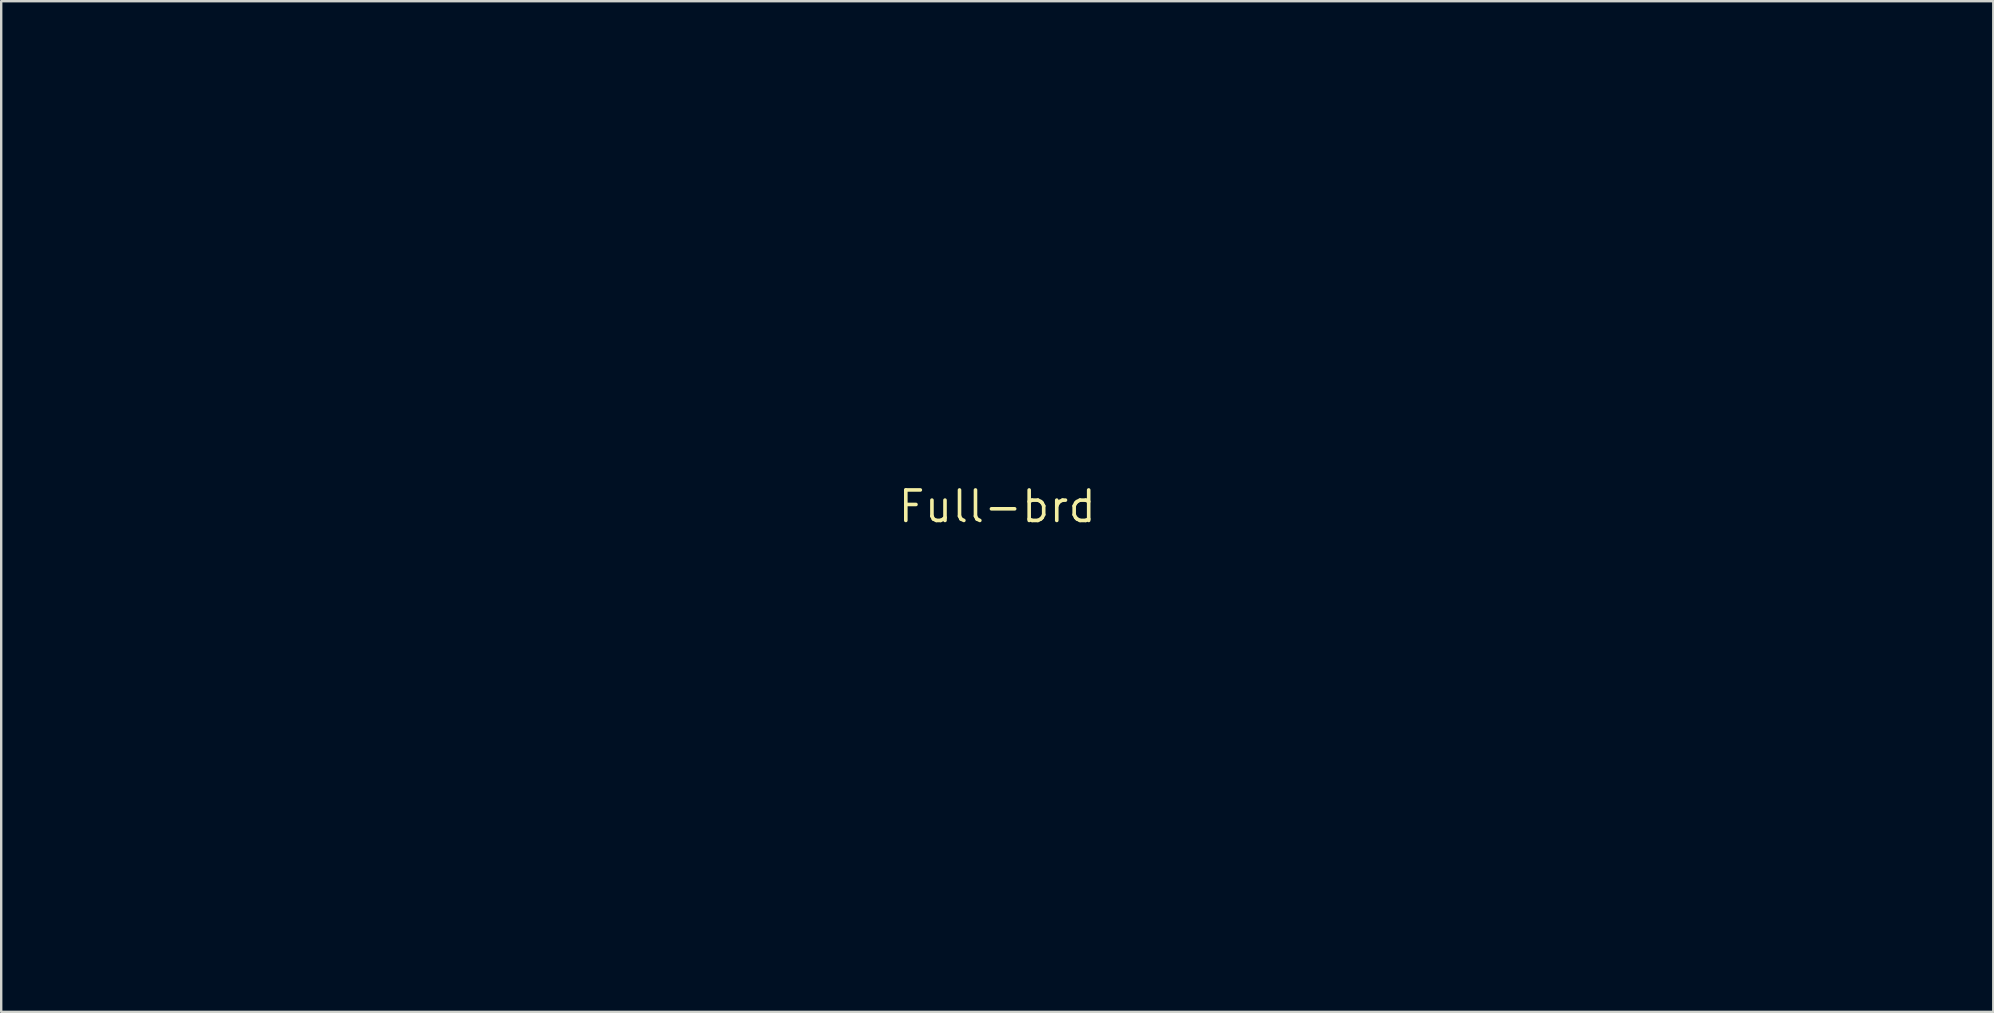
<source format=kicad_pcb>
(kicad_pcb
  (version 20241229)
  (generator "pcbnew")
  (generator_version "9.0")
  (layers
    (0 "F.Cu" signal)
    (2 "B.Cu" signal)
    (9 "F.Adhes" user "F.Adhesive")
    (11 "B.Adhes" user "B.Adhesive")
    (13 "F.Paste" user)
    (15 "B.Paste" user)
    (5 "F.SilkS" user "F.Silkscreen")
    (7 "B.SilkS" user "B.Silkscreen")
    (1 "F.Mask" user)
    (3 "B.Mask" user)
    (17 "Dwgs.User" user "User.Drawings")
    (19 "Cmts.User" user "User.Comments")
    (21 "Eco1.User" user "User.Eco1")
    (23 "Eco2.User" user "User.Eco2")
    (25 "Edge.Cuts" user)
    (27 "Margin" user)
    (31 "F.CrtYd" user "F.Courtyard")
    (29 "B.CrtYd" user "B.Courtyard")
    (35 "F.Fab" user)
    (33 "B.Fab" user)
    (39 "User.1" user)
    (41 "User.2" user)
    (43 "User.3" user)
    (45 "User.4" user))
  (footprint "Full-brd"
    (layer "F.Cu")
    (at 38.502 18.055)
    (property "Reference" "Full-brd" (at 0 0 0) (layer "F.SilkS") (effects (font (size 1.27 1.27) (thickness 0.15))))
    (attr through_hole)
    (zone (net_name "") (layer "B.Cu") (hatch edge 0.508) (connect_pads) (min_thickness 0.254) (filled_areas_thickness no) (keepout (tracks allowed) (vias allowed) (pads allowed) (copperpour not_allowed) (footprints allowed)) (placement (enabled no)) (fill) (polygon (pts (xy 77.004 6.816) (xy 76.496 6.816) (xy 76.496 6.248) (xy 76.496 6.071) (xy 76.495 5.93) (xy 76.492 5.819) (xy 76.488 5.732) (xy 76.482 5.662) (xy 76.473 5.602) (xy 76.462 5.547) (xy 76.455 5.516) (xy 76.393 5.327) (xy 76.31 5.159) (xy 76.197 5.001) (xy 76.074 4.868) (xy 75.892 4.709) (xy 75.702 4.591) (xy 75.5 4.512) (xy 75.283 4.469) (xy 75.11 4.461) (xy 74.87 4.481) (xy 74.645 4.542) (xy 74.434 4.643) (xy 74.237 4.783) (xy 74.145 4.868) (xy 73.996 5.037) (xy 73.881 5.217) (xy 73.795 5.421) (xy 73.785 5.45) (xy 73.771 5.497) (xy 73.759 5.542) (xy 73.751 5.592) (xy 73.744 5.652) (xy 73.739 5.729) (xy 73.735 5.829) (xy 73.732 5.956) (xy 73.73 6.117) (xy 73.728 6.207) (xy 73.72 6.816) (xy 71.692 6.816) (xy 71.692 4.318) (xy 70.967 4.318) (xy 70.788 4.317) (xy 70.617 4.315) (xy 70.459 4.312) (xy 70.32 4.309) (xy 70.208 4.304) (xy 70.127 4.299) (xy 70.095 4.296) (xy 69.917 4.251) (xy 69.752 4.17) (xy 69.606 4.06) (xy 69.487 3.926) (xy 69.413 3.8) (xy 69.351 3.617) (xy 69.327 3.433) (xy 69.34 3.254) (xy 69.386 3.084) (xy 69.464 2.928) (xy 69.571 2.79) (xy 69.705 2.674) (xy 69.862 2.586) (xy 70.041 2.53) (xy 70.107 2.519) (xy 70.166 2.514) (xy 70.261 2.51) (xy 70.386 2.506) (xy 70.534 2.502) (xy 70.698 2.5) (xy 70.873 2.499) (xy 70.977 2.498) (xy 71.692 2.498) (xy 71.692 0) (xy 77.004 0))))
    (zone (net_name "") (layer "B.Cu") (hatch edge 0.508) (connect_pads) (min_thickness 0.254) (filled_areas_thickness no) (keepout (tracks allowed) (vias allowed) (pads allowed) (copperpour not_allowed) (footprints allowed)) (placement (enabled no)) (fill) (polygon (pts (xy 0.508 29.863) (xy 0.508 30.039) (xy 0.51 30.18) (xy 0.512 30.291) (xy 0.516 30.378) (xy 0.522 30.449) (xy 0.531 30.508) (xy 0.542 30.563) (xy 0.55 30.594) (xy 0.611 30.783) (xy 0.696 30.952) (xy 0.809 31.111) (xy 0.93 31.243) (xy 1.112 31.401) (xy 1.302 31.52) (xy 1.504 31.599) (xy 1.722 31.641) (xy 1.894 31.65) (xy 2.134 31.629) (xy 2.36 31.568) (xy 2.571 31.467) (xy 2.767 31.327) (xy 2.86 31.242) (xy 3.009 31.073) (xy 3.123 30.893) (xy 3.21 30.689) (xy 3.22 30.66) (xy 3.234 30.614) (xy 3.245 30.569) (xy 3.254 30.519) (xy 3.26 30.458) (xy 3.265 30.381) (xy 3.269 30.282) (xy 3.272 30.155) (xy 3.275 29.994) (xy 3.276 29.903) (xy 3.284 29.295) (xy 5.313 29.295) (xy 5.313 31.301) (xy 4.715 31.311) (xy 4.525 31.314) (xy 4.372 31.319) (xy 4.251 31.324) (xy 4.157 31.33) (xy 4.083 31.338) (xy 4.026 31.347) (xy 3.99 31.356) (xy 3.763 31.44) (xy 3.56 31.555) (xy 3.383 31.697) (xy 3.233 31.862) (xy 3.112 32.047) (xy 3.022 32.247) (xy 2.965 32.458) (xy 2.943 32.678) (xy 2.957 32.901) (xy 3.009 33.123) (xy 3.092 33.323) (xy 3.209 33.512) (xy 3.358 33.684) (xy 3.53 33.83) (xy 3.715 33.942) (xy 3.797 33.981) (xy 3.871 34.012) (xy 3.943 34.036) (xy 4.02 34.055) (xy 4.107 34.068) (xy 4.212 34.078) (xy 4.339 34.085) (xy 4.496 34.09) (xy 4.688 34.094) (xy 4.715 34.094) (xy 5.313 34.104) (xy 5.313 36.11) (xy 0 36.11) (xy 0 29.295) (xy 0.508 29.295))))
    (zone (net_name "") (layer "B.Cu") (hatch edge 0.508) (connect_pads) (min_thickness 0.254) (filled_areas_thickness no) (keepout (tracks allowed) (vias allowed) (pads allowed) (copperpour not_allowed) (footprints allowed)) (placement (enabled no)) (fill) (polygon (pts (xy 75.173 26.928) (xy 75.277 26.934) (xy 75.355 26.946) (xy 75.424 26.967) (xy 75.498 27) (xy 75.504 27.003) (xy 75.669 27.107) (xy 75.806 27.241) (xy 75.911 27.4) (xy 75.971 27.545) (xy 75.981 27.581) (xy 75.989 27.62) (xy 75.995 27.667) (xy 76 27.728) (xy 76.004 27.806) (xy 76.007 27.906) (xy 76.008 28.033) (xy 76.009 28.19) (xy 76.009 28.384) (xy 76.01 28.482) (xy 76.01 29.295) (xy 77.004 29.295) (xy 77.004 36.11) (xy 71.692 36.11) (xy 71.692 34.099) (xy 72.187 34.099) (xy 72.404 34.098) (xy 72.585 34.093) (xy 72.736 34.085) (xy 72.862 34.072) (xy 72.97 34.055) (xy 73.065 34.031) (xy 73.145 34.005) (xy 73.36 33.905) (xy 73.552 33.772) (xy 73.718 33.61) (xy 73.855 33.424) (xy 73.959 33.217) (xy 74.028 32.993) (xy 74.057 32.774) (xy 74.049 32.541) (xy 74.002 32.315) (xy 73.918 32.1) (xy 73.801 31.902) (xy 73.653 31.726) (xy 73.478 31.576) (xy 73.29 31.463) (xy 73.208 31.425) (xy 73.134 31.393) (xy 73.062 31.369) (xy 72.985 31.35) (xy 72.897 31.337) (xy 72.793 31.327) (xy 72.665 31.32) (xy 72.508 31.315) (xy 72.316 31.311) (xy 72.289 31.311) (xy 71.692 31.301) (xy 71.692 29.295) (xy 74.21 29.295) (xy 74.21 28.505) (xy 74.211 28.282) (xy 74.212 28.097) (xy 74.214 27.944) (xy 74.219 27.82) (xy 74.226 27.719) (xy 74.235 27.637) (xy 74.247 27.569) (xy 74.264 27.511) (xy 74.284 27.458) (xy 74.309 27.405) (xy 74.318 27.387) (xy 74.388 27.279) (xy 74.484 27.172) (xy 74.593 27.079) (xy 74.63 27.054) (xy 74.77 26.982) (xy 74.923 26.94) (xy 75.098 26.926))))
    (zone (net_name "") (layer "B.Cu") (hatch edge 0.508) (connect_pads) (min_thickness 0.254) (filled_areas_thickness no) (keepout (tracks allowed) (vias allowed) (pads allowed) (copperpour not_allowed) (footprints allowed)) (placement (enabled no)) (fill) (polygon (pts (xy 5.313 2.006) (xy 4.715 2.016) (xy 4.518 2.02) (xy 4.357 2.025) (xy 4.226 2.032) (xy 4.119 2.042) (xy 4.029 2.055) (xy 3.951 2.073) (xy 3.878 2.097) (xy 3.805 2.128) (xy 3.724 2.166) (xy 3.712 2.172) (xy 3.51 2.295) (xy 3.333 2.451) (xy 3.183 2.638) (xy 3.061 2.854) (xy 2.992 3.027) (xy 2.973 3.095) (xy 2.961 3.174) (xy 2.955 3.274) (xy 2.953 3.406) (xy 2.953 3.408) (xy 2.956 3.554) (xy 2.967 3.672) (xy 2.989 3.776) (xy 3.025 3.881) (xy 3.079 4) (xy 3.095 4.032) (xy 3.208 4.216) (xy 3.353 4.384) (xy 3.523 4.53) (xy 3.707 4.643) (xy 3.715 4.647) (xy 3.797 4.686) (xy 3.871 4.717) (xy 3.943 4.741) (xy 4.02 4.76) (xy 4.107 4.774) (xy 4.212 4.784) (xy 4.339 4.79) (xy 4.496 4.795) (xy 4.688 4.799) (xy 4.715 4.799) (xy 5.313 4.809) (xy 5.313 6.816) (xy 2.794 6.816) (xy 2.794 7.605) (xy 2.794 7.829) (xy 2.792 8.016) (xy 2.79 8.169) (xy 2.785 8.294) (xy 2.778 8.396) (xy 2.768 8.479) (xy 2.755 8.548) (xy 2.737 8.607) (xy 2.716 8.662) (xy 2.689 8.717) (xy 2.672 8.747) (xy 2.598 8.854) (xy 2.495 8.96) (xy 2.376 9.053) (xy 2.27 9.115) (xy 2.207 9.143) (xy 2.148 9.161) (xy 2.08 9.172) (xy 1.989 9.178) (xy 1.926 9.18) (xy 1.778 9.179) (xy 1.666 9.169) (xy 1.615 9.157) (xy 1.441 9.079) (xy 1.289 8.967) (xy 1.163 8.825) (xy 1.069 8.66) (xy 1.033 8.565) (xy 1.023 8.53) (xy 1.015 8.491) (xy 1.009 8.443) (xy 1.004 8.382) (xy 1 8.304) (xy 0.998 8.204) (xy 0.996 8.078) (xy 0.995 7.92) (xy 0.995 7.726) (xy 0.995 7.629) (xy 0.995 6.816) (xy 0 6.816) (xy 0 0) (xy 5.313 0))))
    (zone (net_name "") (layer "B.Cu") (hatch edge 0.508) (connect_pads) (min_thickness 0.254) (filled_areas_thickness no) (keepout (tracks allowed) (vias allowed) (pads allowed) (copperpour not_allowed) (footprints allowed)) (placement (enabled no)) (fill) (polygon (pts (xy 63.881 2.006) (xy 63.294 2.016) (xy 63.098 2.02) (xy 62.938 2.025) (xy 62.808 2.032) (xy 62.701 2.042) (xy 62.611 2.056) (xy 62.532 2.075) (xy 62.457 2.101) (xy 62.38 2.133) (xy 62.295 2.173) (xy 62.283 2.179) (xy 62.088 2.297) (xy 61.918 2.445) (xy 61.773 2.619) (xy 61.659 2.813) (xy 61.576 3.022) (xy 61.529 3.241) (xy 61.52 3.465) (xy 61.531 3.582) (xy 61.585 3.818) (xy 61.677 4.038) (xy 61.803 4.237) (xy 61.96 4.412) (xy 62.145 4.559) (xy 62.269 4.632) (xy 62.353 4.675) (xy 62.427 4.708) (xy 62.5 4.735) (xy 62.576 4.755) (xy 62.662 4.77) (xy 62.763 4.781) (xy 62.888 4.788) (xy 63.04 4.794) (xy 63.227 4.798) (xy 63.283 4.799) (xy 63.881 4.81) (xy 63.881 6.816) (xy 61.362 6.816) (xy 61.362 7.628) (xy 61.362 7.838) (xy 61.362 8.009) (xy 61.36 8.147) (xy 61.358 8.258) (xy 61.355 8.344) (xy 61.351 8.412) (xy 61.346 8.465) (xy 61.338 8.508) (xy 61.329 8.546) (xy 61.32 8.578) (xy 61.25 8.737) (xy 61.147 8.883) (xy 61.017 9.007) (xy 60.87 9.103) (xy 60.742 9.154) (xy 60.631 9.176) (xy 60.499 9.185) (xy 60.363 9.182) (xy 60.239 9.166) (xy 60.163 9.145) (xy 59.99 9.062) (xy 59.842 8.945) (xy 59.721 8.801) (xy 59.633 8.634) (xy 59.584 8.468) (xy 59.579 8.42) (xy 59.575 8.335) (xy 59.571 8.219) (xy 59.567 8.077) (xy 59.565 7.915) (xy 59.563 7.738) (xy 59.563 7.585) (xy 59.563 6.816) (xy 57.044 6.816) (xy 57.044 4.318) (xy 56.319 4.318) (xy 56.141 4.317) (xy 55.97 4.315) (xy 55.812 4.312) (xy 55.674 4.309) (xy 55.562 4.304) (xy 55.482 4.3) (xy 55.45 4.296) (xy 55.261 4.249) (xy 55.093 4.166) (xy 54.949 4.051) (xy 54.832 3.907) (xy 54.746 3.739) (xy 54.702 3.588) (xy 54.682 3.392) (xy 54.704 3.204) (xy 54.765 3.026) (xy 54.866 2.863) (xy 54.947 2.771) (xy 55.096 2.65) (xy 55.261 2.567) (xy 55.447 2.521) (xy 55.462 2.519) (xy 55.52 2.514) (xy 55.615 2.51) (xy 55.739 2.506) (xy 55.886 2.502) (xy 56.05 2.5) (xy 56.225 2.499) (xy 56.33 2.498) (xy 57.044 2.498) (xy 57.044 0) (xy 63.881 0))))
    (zone (net_name "") (layer "B.Cu") (hatch edge 0.508) (connect_pads) (min_thickness 0.254) (filled_areas_thickness no) (keepout (tracks allowed) (vias allowed) (pads allowed) (copperpour not_allowed) (footprints allowed)) (placement (enabled no)) (fill) (polygon (pts (xy 49.234 2.006) (xy 48.646 2.016) (xy 48.451 2.02) (xy 48.291 2.025) (xy 48.161 2.032) (xy 48.054 2.042) (xy 47.964 2.056) (xy 47.885 2.076) (xy 47.809 2.101) (xy 47.732 2.133) (xy 47.645 2.174) (xy 47.629 2.182) (xy 47.443 2.296) (xy 47.275 2.443) (xy 47.129 2.618) (xy 47.011 2.815) (xy 46.927 3.025) (xy 46.915 3.069) (xy 46.889 3.208) (xy 46.879 3.368) (xy 46.883 3.533) (xy 46.901 3.684) (xy 46.915 3.747) (xy 46.991 3.96) (xy 47.102 4.159) (xy 47.242 4.339) (xy 47.406 4.492) (xy 47.589 4.613) (xy 47.626 4.632) (xy 47.716 4.675) (xy 47.795 4.709) (xy 47.871 4.736) (xy 47.949 4.757) (xy 48.036 4.772) (xy 48.138 4.782) (xy 48.261 4.79) (xy 48.413 4.795) (xy 48.599 4.799) (xy 48.646 4.799) (xy 49.234 4.809) (xy 49.234 6.816) (xy 46.717 6.816) (xy 46.704 8.542) (xy 46.634 8.684) (xy 46.531 8.85) (xy 46.399 8.987) (xy 46.244 9.092) (xy 46.213 9.107) (xy 46.142 9.139) (xy 46.08 9.159) (xy 46.015 9.171) (xy 45.933 9.178) (xy 45.847 9.181) (xy 45.737 9.182) (xy 45.656 9.178) (xy 45.591 9.168) (xy 45.53 9.149) (xy 45.508 9.141) (xy 45.329 9.05) (xy 45.181 8.931) (xy 45.063 8.785) (xy 44.98 8.614) (xy 44.949 8.509) (xy 44.94 8.463) (xy 44.932 8.405) (xy 44.927 8.332) (xy 44.923 8.239) (xy 44.919 8.12) (xy 44.917 7.973) (xy 44.916 7.791) (xy 44.916 7.594) (xy 44.916 6.816) (xy 42.397 6.816) (xy 42.397 4.318) (xy 41.672 4.318) (xy 41.493 4.317) (xy 41.322 4.315) (xy 41.165 4.312) (xy 41.027 4.309) (xy 40.914 4.304) (xy 40.834 4.3) (xy 40.802 4.296) (xy 40.615 4.249) (xy 40.448 4.165) (xy 40.3 4.044) (xy 40.18 3.897) (xy 40.097 3.736) (xy 40.049 3.566) (xy 40.036 3.393) (xy 40.056 3.221) (xy 40.108 3.056) (xy 40.191 2.902) (xy 40.304 2.766) (xy 40.445 2.651) (xy 40.614 2.564) (xy 40.635 2.556) (xy 40.668 2.545) (xy 40.702 2.535) (xy 40.742 2.528) (xy 40.793 2.522) (xy 40.858 2.517) (xy 40.942 2.513) (xy 41.05 2.51) (xy 41.187 2.507) (xy 41.356 2.505) (xy 41.564 2.503) (xy 41.577 2.503) (xy 42.397 2.494) (xy 42.397 0) (xy 49.234 0))))
    (zone (net_name "") (layer "B.Cu") (hatch edge 0.508) (connect_pads) (min_thickness 0.254) (filled_areas_thickness no) (keepout (tracks allowed) (vias allowed) (pads allowed) (copperpour not_allowed) (footprints allowed)) (placement (enabled no)) (fill) (polygon (pts (xy 19.96 2.011) (xy 19.489 2.011) (xy 19.261 2.013) (xy 19.07 2.018) (xy 18.91 2.027) (xy 18.776 2.042) (xy 18.663 2.061) (xy 18.565 2.086) (xy 18.511 2.104) (xy 18.294 2.204) (xy 18.099 2.34) (xy 17.928 2.506) (xy 17.785 2.7) (xy 17.675 2.917) (xy 17.65 2.985) (xy 17.629 3.049) (xy 17.615 3.112) (xy 17.607 3.184) (xy 17.602 3.275) (xy 17.601 3.397) (xy 17.601 3.408) (xy 17.602 3.533) (xy 17.606 3.626) (xy 17.614 3.699) (xy 17.628 3.762) (xy 17.648 3.826) (xy 17.65 3.831) (xy 17.749 4.053) (xy 17.882 4.254) (xy 18.044 4.428) (xy 18.231 4.573) (xy 18.44 4.684) (xy 18.507 4.711) (xy 18.597 4.739) (xy 18.693 4.762) (xy 18.803 4.779) (xy 18.931 4.792) (xy 19.085 4.799) (xy 19.269 4.804) (xy 19.464 4.805) (xy 19.96 4.805) (xy 19.96 6.816) (xy 17.441 6.816) (xy 17.441 7.594) (xy 17.44 7.823) (xy 17.439 8.014) (xy 17.436 8.172) (xy 17.43 8.302) (xy 17.422 8.407) (xy 17.411 8.493) (xy 17.397 8.563) (xy 17.378 8.623) (xy 17.355 8.677) (xy 17.327 8.729) (xy 17.323 8.737) (xy 17.206 8.9) (xy 17.067 9.027) (xy 16.907 9.116) (xy 16.727 9.169) (xy 16.536 9.185) (xy 16.439 9.181) (xy 16.348 9.172) (xy 16.279 9.16) (xy 16.267 9.157) (xy 16.087 9.078) (xy 15.931 8.967) (xy 15.804 8.825) (xy 15.72 8.683) (xy 15.653 8.541) (xy 15.647 7.678) (xy 15.64 6.816) (xy 13.123 6.816) (xy 13.123 4.318) (xy 12.388 4.318) (xy 12.209 4.317) (xy 12.038 4.315) (xy 11.88 4.313) (xy 11.743 4.309) (xy 11.632 4.306) (xy 11.552 4.301) (xy 11.519 4.298) (xy 11.332 4.25) (xy 11.162 4.165) (xy 11.014 4.047) (xy 10.892 3.898) (xy 10.833 3.794) (xy 10.803 3.729) (xy 10.783 3.677) (xy 10.771 3.623) (xy 10.765 3.558) (xy 10.763 3.468) (xy 10.763 3.407) (xy 10.764 3.301) (xy 10.767 3.224) (xy 10.776 3.166) (xy 10.791 3.114) (xy 10.816 3.057) (xy 10.836 3.016) (xy 10.94 2.85) (xy 11.072 2.714) (xy 11.229 2.612) (xy 11.41 2.544) (xy 11.537 2.519) (xy 11.597 2.514) (xy 11.692 2.51) (xy 11.817 2.506) (xy 11.965 2.503) (xy 12.13 2.5) (xy 12.305 2.499) (xy 12.409 2.498) (xy 13.123 2.498) (xy 13.123 0) (xy 19.96 0))))
    (zone (net_name "") (layer "B.Cu") (hatch edge 0.508) (connect_pads) (min_thickness 0.254) (filled_areas_thickness no) (keepout (tracks allowed) (vias allowed) (pads allowed) (copperpour not_allowed) (footprints allowed)) (placement (enabled no)) (fill) (polygon (pts (xy 0.508 15.205) (xy 0.508 15.383) (xy 0.51 15.525) (xy 0.512 15.637) (xy 0.516 15.726) (xy 0.522 15.797) (xy 0.53 15.856) (xy 0.541 15.91) (xy 0.55 15.947) (xy 0.611 16.136) (xy 0.695 16.304) (xy 0.808 16.462) (xy 0.93 16.595) (xy 1.112 16.753) (xy 1.303 16.871) (xy 1.506 16.949) (xy 1.724 16.991) (xy 1.88 16.999) (xy 2.041 16.993) (xy 2.181 16.972) (xy 2.316 16.933) (xy 2.463 16.871) (xy 2.487 16.859) (xy 2.694 16.737) (xy 2.876 16.582) (xy 3.028 16.399) (xy 3.148 16.192) (xy 3.211 16.037) (xy 3.227 15.986) (xy 3.241 15.94) (xy 3.251 15.893) (xy 3.258 15.84) (xy 3.264 15.775) (xy 3.268 15.691) (xy 3.271 15.584) (xy 3.273 15.446) (xy 3.276 15.273) (xy 3.276 15.245) (xy 3.284 14.626) (xy 5.313 14.626) (xy 5.313 17.145) (xy 6.027 17.146) (xy 6.26 17.146) (xy 6.456 17.148) (xy 6.618 17.152) (xy 6.751 17.158) (xy 6.86 17.166) (xy 6.949 17.177) (xy 7.023 17.192) (xy 7.087 17.21) (xy 7.144 17.232) (xy 7.17 17.244) (xy 7.28 17.31) (xy 7.39 17.402) (xy 7.49 17.508) (xy 7.566 17.615) (xy 7.588 17.657) (xy 7.651 17.841) (xy 7.675 18.025) (xy 7.663 18.204) (xy 7.617 18.375) (xy 7.539 18.532) (xy 7.433 18.671) (xy 7.3 18.787) (xy 7.144 18.875) (xy 6.966 18.932) (xy 6.895 18.944) (xy 6.837 18.949) (xy 6.742 18.953) (xy 6.618 18.957) (xy 6.471 18.961) (xy 6.307 18.963) (xy 6.132 18.964) (xy 6.027 18.965) (xy 5.313 18.965) (xy 5.313 21.484) (xy 2.794 21.484) (xy 2.794 22.256) (xy 2.794 22.479) (xy 2.792 22.664) (xy 2.79 22.817) (xy 2.785 22.941) (xy 2.778 23.041) (xy 2.769 23.123) (xy 2.756 23.19) (xy 2.74 23.247) (xy 2.72 23.299) (xy 2.696 23.351) (xy 2.694 23.356) (xy 2.591 23.514) (xy 2.46 23.644) (xy 2.306 23.744) (xy 2.132 23.809) (xy 1.945 23.839) (xy 1.749 23.831) (xy 1.566 23.785) (xy 1.401 23.702) (xy 1.257 23.587) (xy 1.14 23.443) (xy 1.055 23.275) (xy 1.036 23.221) (xy 1.025 23.184) (xy 1.017 23.145) (xy 1.01 23.1) (xy 1.005 23.043) (xy 1.001 22.97) (xy 0.998 22.877) (xy 0.996 22.759) (xy 0.995 22.61) (xy 0.995 22.427) (xy 0.995 22.287) (xy 0.995 21.484) (xy 0 21.484) (xy 0 14.626) (xy 0.508 14.626))))
    (zone (net_name "") (layer "B.Cu") (hatch edge 0.508) (connect_pads) (min_thickness 0.254) (filled_areas_thickness no) (keepout (tracks allowed) (vias allowed) (pads allowed) (copperpour not_allowed) (footprints allowed)) (placement (enabled no)) (fill) (polygon (pts (xy 34.586 2.011) (xy 34.126 2.011) (xy 33.898 2.013) (xy 33.707 2.018) (xy 33.548 2.028) (xy 33.414 2.043) (xy 33.301 2.063) (xy 33.202 2.089) (xy 33.158 2.104) (xy 32.944 2.203) (xy 32.75 2.336) (xy 32.58 2.498) (xy 32.439 2.685) (xy 32.332 2.891) (xy 32.294 2.995) (xy 32.273 3.072) (xy 32.259 3.149) (xy 32.251 3.238) (xy 32.248 3.352) (xy 32.247 3.408) (xy 32.249 3.535) (xy 32.255 3.632) (xy 32.266 3.713) (xy 32.285 3.788) (xy 32.294 3.821) (xy 32.384 4.034) (xy 32.509 4.23) (xy 32.665 4.405) (xy 32.847 4.552) (xy 33.051 4.668) (xy 33.154 4.711) (xy 33.245 4.74) (xy 33.343 4.763) (xy 33.455 4.78) (xy 33.585 4.792) (xy 33.742 4.8) (xy 33.929 4.804) (xy 34.101 4.805) (xy 34.586 4.805) (xy 34.586 6.816) (xy 32.089 6.816) (xy 32.088 7.541) (xy 32.087 7.719) (xy 32.086 7.89) (xy 32.083 8.047) (xy 32.08 8.185) (xy 32.076 8.297) (xy 32.072 8.377) (xy 32.069 8.408) (xy 32.025 8.595) (xy 31.944 8.765) (xy 31.831 8.914) (xy 31.689 9.036) (xy 31.565 9.108) (xy 31.491 9.14) (xy 31.428 9.16) (xy 31.359 9.172) (xy 31.272 9.178) (xy 31.21 9.18) (xy 31.08 9.18) (xy 30.975 9.171) (xy 30.914 9.158) (xy 30.733 9.077) (xy 30.578 8.965) (xy 30.452 8.826) (xy 30.358 8.662) (xy 30.3 8.479) (xy 30.288 8.408) (xy 30.284 8.353) (xy 30.28 8.261) (xy 30.276 8.139) (xy 30.273 7.994) (xy 30.271 7.831) (xy 30.269 7.657) (xy 30.269 7.541) (xy 30.268 6.816) (xy 27.771 6.816) (xy 27.771 4.318) (xy 27.035 4.318) (xy 26.856 4.317) (xy 26.685 4.315) (xy 26.528 4.313) (xy 26.39 4.309) (xy 26.279 4.306) (xy 26.2 4.301) (xy 26.166 4.298) (xy 25.981 4.251) (xy 25.811 4.167) (xy 25.663 4.051) (xy 25.542 3.907) (xy 25.478 3.794) (xy 25.449 3.729) (xy 25.429 3.675) (xy 25.418 3.62) (xy 25.412 3.552) (xy 25.411 3.459) (xy 25.411 3.408) (xy 25.411 3.3) (xy 25.415 3.223) (xy 25.424 3.164) (xy 25.439 3.111) (xy 25.464 3.052) (xy 25.478 3.022) (xy 25.578 2.859) (xy 25.708 2.723) (xy 25.863 2.618) (xy 26.04 2.547) (xy 26.19 2.517) (xy 26.248 2.513) (xy 26.342 2.509) (xy 26.466 2.505) (xy 26.613 2.502) (xy 26.777 2.5) (xy 26.951 2.499) (xy 27.056 2.499) (xy 27.771 2.498) (xy 27.771 0) (xy 34.586 0))))
    (zone (net_name "") (layer "B.Cu") (hatch edge 0.508) (connect_pads) (min_thickness 0.254) (filled_areas_thickness no) (keepout (tracks allowed) (vias allowed) (pads allowed) (copperpour not_allowed) (footprints allowed)) (placement (enabled no)) (fill) (polygon (pts (xy 59.077 29.819) (xy 59.078 30.027) (xy 59.082 30.199) (xy 59.09 30.342) (xy 59.102 30.461) (xy 59.119 30.564) (xy 59.143 30.656) (xy 59.175 30.744) (xy 59.214 30.835) (xy 59.237 30.881) (xy 59.362 31.089) (xy 59.514 31.264) (xy 59.694 31.408) (xy 59.861 31.502) (xy 60.012 31.569) (xy 60.145 31.614) (xy 60.273 31.639) (xy 60.411 31.65) (xy 60.473 31.651) (xy 60.708 31.63) (xy 60.932 31.569) (xy 61.143 31.473) (xy 61.334 31.342) (xy 61.503 31.181) (xy 61.644 30.992) (xy 61.711 30.872) (xy 61.749 30.791) (xy 61.779 30.715) (xy 61.803 30.639) (xy 61.82 30.556) (xy 61.833 30.46) (xy 61.841 30.345) (xy 61.846 30.204) (xy 61.848 30.032) (xy 61.849 29.871) (xy 61.849 29.295) (xy 63.881 29.295) (xy 63.881 31.301) (xy 63.283 31.311) (xy 63.09 31.315) (xy 62.933 31.32) (xy 62.806 31.326) (xy 62.702 31.335) (xy 62.615 31.348) (xy 62.539 31.366) (xy 62.467 31.389) (xy 62.394 31.42) (xy 62.312 31.458) (xy 62.273 31.477) (xy 62.086 31.592) (xy 61.918 31.741) (xy 61.773 31.917) (xy 61.656 32.115) (xy 61.573 32.326) (xy 61.562 32.364) (xy 61.539 32.488) (xy 61.527 32.634) (xy 61.526 32.785) (xy 61.537 32.924) (xy 61.551 32.999) (xy 61.572 33.07) (xy 61.607 33.164) (xy 61.65 33.264) (xy 61.671 33.311) (xy 61.79 33.511) (xy 61.942 33.687) (xy 62.124 33.837) (xy 62.331 33.956) (xy 62.453 34.007) (xy 62.546 34.036) (xy 62.651 34.058) (xy 62.774 34.076) (xy 62.92 34.088) (xy 63.095 34.095) (xy 63.304 34.099) (xy 63.421 34.099) (xy 63.881 34.099) (xy 63.881 36.11) (xy 57.044 36.11) (xy 57.044 34.105) (xy 57.642 34.093) (xy 57.839 34.089) (xy 58.001 34.084) (xy 58.132 34.077) (xy 58.239 34.067) (xy 58.329 34.054) (xy 58.407 34.036) (xy 58.48 34.012) (xy 58.553 33.981) (xy 58.634 33.944) (xy 58.642 33.939) (xy 58.842 33.819) (xy 59.019 33.665) (xy 59.169 33.484) (xy 59.287 33.282) (xy 59.37 33.063) (xy 59.385 33.007) (xy 59.406 32.865) (xy 59.412 32.702) (xy 59.403 32.534) (xy 59.38 32.379) (xy 59.353 32.279) (xy 59.258 32.062) (xy 59.128 31.864) (xy 58.968 31.69) (xy 58.783 31.544) (xy 58.577 31.432) (xy 58.497 31.4) (xy 58.408 31.371) (xy 58.311 31.348) (xy 58.202 31.331) (xy 58.073 31.319) (xy 57.92 31.311) (xy 57.735 31.307) (xy 57.54 31.305) (xy 57.044 31.305) (xy 57.044 29.295) (xy 59.076 29.295))))
    (zone (net_name "") (layer "B.Cu") (hatch edge 0.508) (connect_pads) (min_thickness 0.254) (filled_areas_thickness no) (keepout (tracks allowed) (vias allowed) (pads allowed) (copperpour not_allowed) (footprints allowed)) (placement (enabled no)) (fill) (polygon (pts (xy 29.787 29.882) (xy 29.791 30.078) (xy 29.796 30.237) (xy 29.803 30.367) (xy 29.813 30.473) (xy 29.826 30.562) (xy 29.844 30.639) (xy 29.868 30.711) (xy 29.898 30.785) (xy 29.928 30.85) (xy 30.046 31.056) (xy 30.196 31.235) (xy 30.372 31.386) (xy 30.57 31.506) (xy 30.785 31.592) (xy 31.013 31.64) (xy 31.178 31.65) (xy 31.413 31.63) (xy 31.637 31.57) (xy 31.848 31.474) (xy 32.039 31.345) (xy 32.208 31.185) (xy 32.349 30.997) (xy 32.429 30.85) (xy 32.465 30.771) (xy 32.494 30.699) (xy 32.516 30.626) (xy 32.533 30.547) (xy 32.546 30.456) (xy 32.555 30.346) (xy 32.562 30.211) (xy 32.567 30.046) (xy 32.57 29.882) (xy 32.581 29.295) (xy 34.608 29.295) (xy 34.608 31.305) (xy 34.112 31.305) (xy 33.895 31.307) (xy 33.714 31.312) (xy 33.563 31.32) (xy 33.437 31.333) (xy 33.329 31.35) (xy 33.234 31.374) (xy 33.154 31.4) (xy 32.941 31.499) (xy 32.747 31.632) (xy 32.578 31.795) (xy 32.437 31.982) (xy 32.331 32.189) (xy 32.294 32.29) (xy 32.273 32.364) (xy 32.259 32.438) (xy 32.251 32.523) (xy 32.248 32.63) (xy 32.248 32.713) (xy 32.249 32.833) (xy 32.252 32.921) (xy 32.261 32.991) (xy 32.275 33.054) (xy 32.296 33.121) (xy 32.304 33.143) (xy 32.386 33.333) (xy 32.487 33.497) (xy 32.616 33.649) (xy 32.642 33.674) (xy 32.826 33.832) (xy 33.022 33.95) (xy 33.237 34.031) (xy 33.473 34.077) (xy 33.481 34.078) (xy 33.559 34.084) (xy 33.669 34.09) (xy 33.803 34.095) (xy 33.95 34.098) (xy 34.101 34.099) (xy 34.137 34.099) (xy 34.608 34.099) (xy 34.608 36.11) (xy 27.771 36.11) (xy 27.771 34.099) (xy 28.231 34.099) (xy 28.468 34.097) (xy 28.668 34.091) (xy 28.837 34.079) (xy 28.982 34.06) (xy 29.108 34.034) (xy 29.221 34) (xy 29.326 33.955) (xy 29.43 33.901) (xy 29.457 33.885) (xy 29.564 33.809) (xy 29.68 33.708) (xy 29.79 33.595) (xy 29.883 33.481) (xy 29.927 33.415) (xy 30.032 33.198) (xy 30.098 32.971) (xy 30.124 32.739) (xy 30.11 32.506) (xy 30.056 32.276) (xy 29.963 32.054) (xy 29.927 31.989) (xy 29.823 31.843) (xy 29.691 31.703) (xy 29.542 31.579) (xy 29.389 31.484) (xy 29.375 31.476) (xy 29.286 31.434) (xy 29.207 31.4) (xy 29.132 31.373) (xy 29.054 31.353) (xy 28.967 31.338) (xy 28.864 31.328) (xy 28.74 31.32) (xy 28.587 31.315) (xy 28.4 31.312) (xy 28.358 31.311) (xy 27.771 31.301) (xy 27.771 29.295) (xy 29.776 29.295))))
    (zone (net_name "") (layer "B.Cu") (hatch edge 0.508) (connect_pads) (min_thickness 0.254) (filled_areas_thickness no) (keepout (tracks allowed) (vias allowed) (pads allowed) (copperpour not_allowed) (footprints allowed)) (placement (enabled no)) (fill) (polygon (pts (xy 15.155 29.882) (xy 15.156 30.06) (xy 15.157 30.201) (xy 15.159 30.312) (xy 15.162 30.399) (xy 15.168 30.468) (xy 15.175 30.525) (xy 15.186 30.576) (xy 15.199 30.627) (xy 15.199 30.628) (xy 15.282 30.851) (xy 15.398 31.052) (xy 15.544 31.23) (xy 15.716 31.38) (xy 15.91 31.5) (xy 16.121 31.587) (xy 16.347 31.638) (xy 16.531 31.65) (xy 16.771 31.629) (xy 16.999 31.569) (xy 17.21 31.472) (xy 17.402 31.341) (xy 17.57 31.179) (xy 17.709 30.986) (xy 17.767 30.881) (xy 17.811 30.787) (xy 17.847 30.699) (xy 17.874 30.609) (xy 17.895 30.513) (xy 17.909 30.402) (xy 17.919 30.271) (xy 17.925 30.114) (xy 17.927 29.924) (xy 17.927 29.819) (xy 17.928 29.295) (xy 19.96 29.295) (xy 19.96 31.305) (xy 19.464 31.305) (xy 19.247 31.307) (xy 19.067 31.312) (xy 18.916 31.32) (xy 18.79 31.333) (xy 18.682 31.35) (xy 18.587 31.374) (xy 18.507 31.4) (xy 18.291 31.5) (xy 18.097 31.635) (xy 17.927 31.801) (xy 17.785 31.995) (xy 17.675 32.212) (xy 17.65 32.279) (xy 17.629 32.344) (xy 17.615 32.407) (xy 17.607 32.479) (xy 17.602 32.57) (xy 17.601 32.692) (xy 17.601 32.703) (xy 17.602 32.827) (xy 17.606 32.921) (xy 17.614 32.993) (xy 17.628 33.057) (xy 17.648 33.121) (xy 17.65 33.126) (xy 17.749 33.348) (xy 17.882 33.548) (xy 18.044 33.723) (xy 18.231 33.868) (xy 18.44 33.979) (xy 18.507 34.005) (xy 18.597 34.034) (xy 18.693 34.057) (xy 18.803 34.074) (xy 18.931 34.086) (xy 19.085 34.094) (xy 19.269 34.098) (xy 19.464 34.099) (xy 19.96 34.099) (xy 19.96 36.11) (xy 13.123 36.11) (xy 13.123 34.104) (xy 13.721 34.094) (xy 13.918 34.09) (xy 14.079 34.085) (xy 14.21 34.078) (xy 14.317 34.068) (xy 14.406 34.054) (xy 14.485 34.035) (xy 14.558 34.01) (xy 14.633 33.978) (xy 14.714 33.938) (xy 14.743 33.924) (xy 14.928 33.805) (xy 15.095 33.653) (xy 15.239 33.475) (xy 15.354 33.277) (xy 15.435 33.067) (xy 15.442 33.041) (xy 15.464 32.918) (xy 15.476 32.771) (xy 15.477 32.62) (xy 15.466 32.481) (xy 15.453 32.406) (xy 15.432 32.335) (xy 15.397 32.241) (xy 15.355 32.141) (xy 15.333 32.094) (xy 15.215 31.896) (xy 15.064 31.72) (xy 14.885 31.569) (xy 14.682 31.449) (xy 14.462 31.363) (xy 14.446 31.358) (xy 14.398 31.346) (xy 14.337 31.337) (xy 14.26 31.33) (xy 14.161 31.324) (xy 14.033 31.319) (xy 13.874 31.314) (xy 13.721 31.311) (xy 13.123 31.301) (xy 13.123 29.295) (xy 15.155 29.295))))
    (zone (net_name "") (layer "B.Cu") (hatch edge 0.508) (connect_pads) (min_thickness 0.254) (filled_areas_thickness no) (keepout (tracks allowed) (vias allowed) (pads allowed) (copperpour not_allowed) (footprints allowed)) (placement (enabled no)) (fill) (polygon (pts (xy 44.435 29.893) (xy 44.438 30.089) (xy 44.443 30.25) (xy 44.45 30.38) (xy 44.46 30.487) (xy 44.473 30.576) (xy 44.492 30.655) (xy 44.517 30.728) (xy 44.549 30.802) (xy 44.59 30.884) (xy 44.605 30.914) (xy 44.728 31.108) (xy 44.885 31.279) (xy 45.069 31.422) (xy 45.214 31.503) (xy 45.38 31.575) (xy 45.532 31.621) (xy 45.686 31.645) (xy 45.836 31.65) (xy 46.068 31.629) (xy 46.289 31.569) (xy 46.496 31.474) (xy 46.684 31.346) (xy 46.85 31.189) (xy 46.989 31.006) (xy 47.098 30.8) (xy 47.158 30.628) (xy 47.171 30.577) (xy 47.181 30.527) (xy 47.189 30.47) (xy 47.194 30.402) (xy 47.198 30.316) (xy 47.2 30.206) (xy 47.201 30.065) (xy 47.202 29.889) (xy 47.202 29.295) (xy 49.234 29.295) (xy 49.234 31.301) (xy 48.646 31.311) (xy 48.451 31.315) (xy 48.292 31.319) (xy 48.163 31.326) (xy 48.057 31.336) (xy 47.969 31.349) (xy 47.891 31.368) (xy 47.817 31.392) (xy 47.742 31.423) (xy 47.659 31.462) (xy 47.657 31.463) (xy 47.454 31.584) (xy 47.276 31.737) (xy 47.126 31.918) (xy 47.007 32.124) (xy 46.922 32.351) (xy 46.916 32.374) (xy 46.895 32.494) (xy 46.884 32.637) (xy 46.885 32.788) (xy 46.897 32.929) (xy 46.916 33.031) (xy 46.998 33.261) (xy 47.115 33.47) (xy 47.265 33.655) (xy 47.444 33.812) (xy 47.649 33.938) (xy 47.657 33.941) (xy 47.738 33.98) (xy 47.813 34.011) (xy 47.886 34.036) (xy 47.964 34.054) (xy 48.053 34.068) (xy 48.161 34.078) (xy 48.291 34.085) (xy 48.452 34.09) (xy 48.646 34.094) (xy 49.234 34.105) (xy 49.234 36.11) (xy 42.397 36.11) (xy 42.397 34.099) (xy 42.868 34.099) (xy 43.019 34.098) (xy 43.168 34.095) (xy 43.305 34.091) (xy 43.422 34.086) (xy 43.509 34.08) (xy 43.523 34.078) (xy 43.762 34.032) (xy 43.979 33.951) (xy 44.177 33.834) (xy 44.359 33.678) (xy 44.363 33.673) (xy 44.501 33.518) (xy 44.606 33.355) (xy 44.69 33.17) (xy 44.699 33.143) (xy 44.723 33.072) (xy 44.739 33.009) (xy 44.749 32.941) (xy 44.754 32.857) (xy 44.756 32.745) (xy 44.756 32.713) (xy 44.755 32.586) (xy 44.75 32.489) (xy 44.741 32.411) (xy 44.725 32.339) (xy 44.71 32.29) (xy 44.621 32.076) (xy 44.496 31.88) (xy 44.34 31.705) (xy 44.157 31.558) (xy 43.953 31.442) (xy 43.85 31.4) (xy 43.76 31.371) (xy 43.664 31.348) (xy 43.554 31.331) (xy 43.426 31.319) (xy 43.272 31.311) (xy 43.088 31.307) (xy 42.893 31.305) (xy 42.397 31.305) (xy 42.397 29.295) (xy 44.424 29.295))))
    (zone (net_name "") (layer "B.Cu") (hatch edge 0.508) (connect_pads) (min_thickness 0.254) (filled_areas_thickness no) (keepout (tracks allowed) (vias allowed) (pads allowed) (copperpour not_allowed) (footprints allowed)) (placement (enabled no)) (fill) (polygon (pts (xy 75.222 12.288) (xy 75.302 12.292) (xy 75.362 12.3) (xy 75.413 12.314) (xy 75.465 12.335) (xy 75.48 12.343) (xy 75.649 12.444) (xy 75.79 12.572) (xy 75.898 12.723) (xy 75.967 12.884) (xy 75.978 12.922) (xy 75.987 12.961) (xy 75.994 13.006) (xy 75.999 13.061) (xy 76.003 13.131) (xy 76.006 13.221) (xy 76.008 13.335) (xy 76.009 13.479) (xy 76.009 13.656) (xy 76.01 13.824) (xy 76.01 14.626) (xy 77.004 14.626) (xy 77.004 21.484) (xy 76.496 21.484) (xy 76.496 20.905) (xy 76.496 20.727) (xy 76.495 20.585) (xy 76.492 20.473) (xy 76.488 20.385) (xy 76.482 20.314) (xy 76.474 20.254) (xy 76.463 20.2) (xy 76.455 20.164) (xy 76.377 19.941) (xy 76.264 19.736) (xy 76.119 19.553) (xy 75.948 19.396) (xy 75.754 19.269) (xy 75.541 19.177) (xy 75.427 19.144) (xy 75.305 19.125) (xy 75.161 19.116) (xy 75.012 19.117) (xy 74.874 19.13) (xy 74.792 19.145) (xy 74.634 19.198) (xy 74.469 19.276) (xy 74.315 19.369) (xy 74.195 19.462) (xy 74.051 19.615) (xy 73.926 19.793) (xy 73.828 19.982) (xy 73.794 20.072) (xy 73.777 20.123) (xy 73.764 20.169) (xy 73.754 20.216) (xy 73.746 20.269) (xy 73.741 20.334) (xy 73.736 20.417) (xy 73.733 20.524) (xy 73.731 20.66) (xy 73.729 20.832) (xy 73.728 20.865) (xy 73.72 21.484) (xy 71.692 21.484) (xy 71.692 19.457) (xy 72.289 19.447) (xy 72.486 19.443) (xy 72.647 19.438) (xy 72.778 19.431) (xy 72.884 19.422) (xy 72.974 19.409) (xy 73.052 19.39) (xy 73.124 19.367) (xy 73.198 19.336) (xy 73.279 19.298) (xy 73.292 19.291) (xy 73.49 19.171) (xy 73.663 19.021) (xy 73.807 18.846) (xy 73.921 18.651) (xy 74.003 18.441) (xy 74.05 18.22) (xy 74.059 17.994) (xy 74.03 17.768) (xy 74.02 17.728) (xy 73.942 17.503) (xy 73.829 17.296) (xy 73.684 17.111) (xy 73.512 16.954) (xy 73.317 16.83) (xy 73.29 16.816) (xy 73.208 16.777) (xy 73.134 16.746) (xy 73.062 16.722) (xy 72.985 16.704) (xy 72.897 16.69) (xy 72.792 16.68) (xy 72.663 16.673) (xy 72.506 16.668) (xy 72.313 16.664) (xy 72.289 16.664) (xy 71.692 16.653) (xy 71.692 14.626) (xy 74.21 14.626) (xy 74.21 13.847) (xy 74.211 13.625) (xy 74.212 13.439) (xy 74.215 13.287) (xy 74.219 13.163) (xy 74.227 13.062) (xy 74.237 12.98) (xy 74.251 12.911) (xy 74.268 12.852) (xy 74.291 12.797) (xy 74.318 12.742) (xy 74.332 12.716) (xy 74.406 12.609) (xy 74.509 12.504) (xy 74.628 12.41) (xy 74.734 12.347) (xy 74.79 12.321) (xy 74.839 12.304) (xy 74.892 12.294) (xy 74.961 12.289) (xy 75.056 12.287) (xy 75.11 12.287))))
    (zone (net_name "") (layer "B.Cu") (hatch edge 0.508) (connect_pads) (min_thickness 0.254) (filled_areas_thickness no) (keepout (tracks allowed) (vias allowed) (pads allowed) (copperpour not_allowed) (footprints allowed)) (placement (enabled no)) (fill) (polygon (pts (xy 66.404 7.922) (xy 66.412 8.541) (xy 66.476 8.723) (xy 66.576 8.946) (xy 66.707 9.145) (xy 66.866 9.317) (xy 67.05 9.458) (xy 67.172 9.526) (xy 67.339 9.599) (xy 67.495 9.645) (xy 67.655 9.668) (xy 67.793 9.673) (xy 68.023 9.657) (xy 68.233 9.608) (xy 68.426 9.522) (xy 68.61 9.398) (xy 68.752 9.272) (xy 68.842 9.178) (xy 68.91 9.099) (xy 68.963 9.021) (xy 69.011 8.931) (xy 69.021 8.911) (xy 69.063 8.823) (xy 69.096 8.745) (xy 69.122 8.671) (xy 69.141 8.594) (xy 69.155 8.508) (xy 69.164 8.406) (xy 69.169 8.283) (xy 69.172 8.131) (xy 69.173 7.945) (xy 69.173 7.891) (xy 69.173 7.303) (xy 71.205 7.303) (xy 71.205 9.821) (xy 71.94 9.821) (xy 72.122 9.822) (xy 72.296 9.824) (xy 72.454 9.827) (xy 72.592 9.831) (xy 72.704 9.835) (xy 72.783 9.84) (xy 72.813 9.844) (xy 73.004 9.894) (xy 73.173 9.979) (xy 73.317 10.093) (xy 73.432 10.234) (xy 73.515 10.398) (xy 73.564 10.58) (xy 73.575 10.731) (xy 73.556 10.925) (xy 73.499 11.103) (xy 73.408 11.261) (xy 73.287 11.396) (xy 73.138 11.504) (xy 72.966 11.58) (xy 72.79 11.62) (xy 72.731 11.625) (xy 72.635 11.63) (xy 72.511 11.634) (xy 72.363 11.637) (xy 72.198 11.639) (xy 72.023 11.641) (xy 71.919 11.641) (xy 71.205 11.642) (xy 71.205 14.139) (xy 68.688 14.139) (xy 68.681 15.002) (xy 68.675 15.865) (xy 68.605 16.008) (xy 68.501 16.175) (xy 68.37 16.311) (xy 68.215 16.413) (xy 68.039 16.48) (xy 67.847 16.512) (xy 67.654 16.506) (xy 67.494 16.469) (xy 67.337 16.396) (xy 67.194 16.294) (xy 67.074 16.171) (xy 66.995 16.049) (xy 66.968 15.994) (xy 66.946 15.941) (xy 66.929 15.885) (xy 66.915 15.821) (xy 66.905 15.745) (xy 66.897 15.651) (xy 66.892 15.535) (xy 66.889 15.393) (xy 66.887 15.219) (xy 66.887 15.009) (xy 66.887 14.929) (xy 66.887 14.139) (xy 64.368 14.139) (xy 64.368 12.134) (xy 64.966 12.123) (xy 65.162 12.118) (xy 65.323 12.113) (xy 65.453 12.107) (xy 65.56 12.097) (xy 65.65 12.083) (xy 65.728 12.065) (xy 65.802 12.041) (xy 65.877 12.01) (xy 65.96 11.972) (xy 65.977 11.964) (xy 66.111 11.882) (xy 66.249 11.772) (xy 66.38 11.643) (xy 66.493 11.505) (xy 66.576 11.373) (xy 66.668 11.152) (xy 66.72 10.928) (xy 66.734 10.703) (xy 66.712 10.483) (xy 66.654 10.27) (xy 66.565 10.069) (xy 66.444 9.885) (xy 66.293 9.72) (xy 66.115 9.578) (xy 65.911 9.465) (xy 65.691 9.385) (xy 65.641 9.373) (xy 65.578 9.364) (xy 65.498 9.357) (xy 65.394 9.351) (xy 65.261 9.346) (xy 65.094 9.342) (xy 64.966 9.34) (xy 64.368 9.33) (xy 64.368 7.303) (xy 66.396 7.303))))
    (zone (net_name "") (layer "B.Cu") (hatch edge 0.508) (connect_pads) (min_thickness 0.254) (filled_areas_thickness no) (keepout (tracks allowed) (vias allowed) (pads allowed) (copperpour not_allowed) (footprints allowed)) (placement (enabled no)) (fill) (polygon (pts (xy 59.077 15.161) (xy 59.078 15.37) (xy 59.082 15.543) (xy 59.089 15.686) (xy 59.101 15.806) (xy 59.118 15.909) (xy 59.141 16.001) (xy 59.171 16.088) (xy 59.21 16.177) (xy 59.237 16.234) (xy 59.362 16.441) (xy 59.514 16.617) (xy 59.695 16.761) (xy 59.861 16.855) (xy 59.96 16.899) (xy 60.059 16.938) (xy 60.143 16.966) (xy 60.177 16.975) (xy 60.303 16.992) (xy 60.45 16.998) (xy 60.6 16.993) (xy 60.735 16.977) (xy 60.795 16.965) (xy 61.014 16.888) (xy 61.218 16.776) (xy 61.4 16.632) (xy 61.558 16.463) (xy 61.686 16.272) (xy 61.779 16.063) (xy 61.816 15.937) (xy 61.827 15.881) (xy 61.835 15.811) (xy 61.841 15.72) (xy 61.845 15.604) (xy 61.848 15.457) (xy 61.849 15.274) (xy 61.849 15.214) (xy 61.849 14.626) (xy 63.881 14.626) (xy 63.881 17.145) (xy 64.606 17.145) (xy 64.784 17.146) (xy 64.956 17.148) (xy 65.114 17.151) (xy 65.252 17.154) (xy 65.364 17.159) (xy 65.445 17.164) (xy 65.477 17.167) (xy 65.67 17.213) (xy 65.837 17.291) (xy 65.98 17.402) (xy 66.075 17.512) (xy 66.171 17.675) (xy 66.23 17.848) (xy 66.252 18.026) (xy 66.24 18.202) (xy 66.195 18.373) (xy 66.118 18.532) (xy 66.011 18.673) (xy 65.875 18.792) (xy 65.737 18.871) (xy 65.68 18.894) (xy 65.619 18.914) (xy 65.548 18.929) (xy 65.463 18.941) (xy 65.359 18.95) (xy 65.233 18.957) (xy 65.079 18.961) (xy 64.893 18.964) (xy 64.67 18.965) (xy 64.606 18.965) (xy 63.881 18.965) (xy 63.881 21.484) (xy 61.364 21.484) (xy 61.358 22.336) (xy 61.352 23.188) (xy 61.284 23.331) (xy 61.184 23.495) (xy 61.056 23.63) (xy 60.903 23.733) (xy 60.73 23.803) (xy 60.541 23.836) (xy 60.339 23.832) (xy 60.332 23.831) (xy 60.159 23.79) (xy 59.998 23.711) (xy 59.855 23.602) (xy 59.735 23.466) (xy 59.645 23.308) (xy 59.588 23.135) (xy 59.584 23.116) (xy 59.579 23.069) (xy 59.575 22.984) (xy 59.571 22.868) (xy 59.567 22.728) (xy 59.565 22.567) (xy 59.563 22.393) (xy 59.563 22.243) (xy 59.563 21.484) (xy 57.044 21.484) (xy 57.044 19.457) (xy 57.642 19.447) (xy 57.839 19.443) (xy 57.999 19.438) (xy 58.13 19.431) (xy 58.237 19.422) (xy 58.326 19.409) (xy 58.404 19.39) (xy 58.477 19.367) (xy 58.551 19.336) (xy 58.631 19.298) (xy 58.645 19.291) (xy 58.843 19.171) (xy 59.018 19.018) (xy 59.168 18.837) (xy 59.287 18.636) (xy 59.369 18.419) (xy 59.385 18.36) (xy 59.406 18.218) (xy 59.412 18.055) (xy 59.403 17.887) (xy 59.38 17.731) (xy 59.353 17.632) (xy 59.258 17.415) (xy 59.128 17.217) (xy 58.968 17.043) (xy 58.782 16.897) (xy 58.577 16.784) (xy 58.495 16.752) (xy 58.404 16.723) (xy 58.303 16.7) (xy 58.187 16.683) (xy 58.05 16.671) (xy 57.886 16.663) (xy 57.689 16.659) (xy 57.526 16.658) (xy 57.044 16.658) (xy 57.044 14.626) (xy 59.076 14.626))))
    (zone (net_name "") (layer "B.Cu") (hatch edge 0.508) (connect_pads) (min_thickness 0.254) (filled_areas_thickness no) (keepout (tracks allowed) (vias allowed) (pads allowed) (copperpour not_allowed) (footprints allowed)) (placement (enabled no)) (fill) (polygon (pts (xy 66.404 22.58) (xy 66.407 22.757) (xy 66.409 22.897) (xy 66.412 23.007) (xy 66.416 23.093) (xy 66.422 23.16) (xy 66.429 23.214) (xy 66.44 23.261) (xy 66.453 23.307) (xy 66.469 23.358) (xy 66.47 23.362) (xy 66.563 23.575) (xy 66.691 23.772) (xy 66.849 23.947) (xy 67.031 24.093) (xy 67.159 24.169) (xy 67.379 24.263) (xy 67.6 24.316) (xy 67.827 24.328) (xy 67.959 24.317) (xy 68.19 24.268) (xy 68.406 24.181) (xy 68.603 24.058) (xy 68.779 23.904) (xy 68.929 23.72) (xy 69.049 23.51) (xy 69.095 23.404) (xy 69.161 23.23) (xy 69.168 22.601) (xy 69.175 21.971) (xy 71.205 21.971) (xy 71.205 24.465) (xy 72.025 24.474) (xy 72.249 24.476) (xy 72.434 24.479) (xy 72.587 24.483) (xy 72.712 24.489) (xy 72.812 24.496) (xy 72.893 24.507) (xy 72.959 24.521) (xy 73.016 24.539) (xy 73.067 24.562) (xy 73.117 24.591) (xy 73.171 24.626) (xy 73.188 24.637) (xy 73.329 24.755) (xy 73.438 24.894) (xy 73.515 25.049) (xy 73.56 25.214) (xy 73.574 25.384) (xy 73.557 25.554) (xy 73.51 25.718) (xy 73.432 25.871) (xy 73.325 26.008) (xy 73.189 26.123) (xy 73.062 26.194) (xy 73.005 26.217) (xy 72.944 26.237) (xy 72.873 26.252) (xy 72.788 26.265) (xy 72.685 26.274) (xy 72.559 26.281) (xy 72.406 26.285) (xy 72.221 26.287) (xy 71.999 26.288) (xy 71.93 26.289) (xy 71.205 26.289) (xy 71.205 28.808) (xy 68.688 28.808) (xy 68.681 29.66) (xy 68.675 30.513) (xy 68.603 30.66) (xy 68.499 30.827) (xy 68.367 30.962) (xy 68.213 31.065) (xy 68.039 31.133) (xy 67.851 31.164) (xy 67.65 31.157) (xy 67.641 31.155) (xy 67.462 31.108) (xy 67.3 31.025) (xy 67.158 30.91) (xy 67.041 30.766) (xy 66.954 30.598) (xy 66.919 30.49) (xy 66.91 30.448) (xy 66.903 30.396) (xy 66.897 30.328) (xy 66.893 30.241) (xy 66.89 30.129) (xy 66.888 29.989) (xy 66.887 29.816) (xy 66.887 29.605) (xy 66.887 29.587) (xy 66.887 28.808) (xy 64.368 28.808) (xy 64.368 26.78) (xy 64.966 26.77) (xy 65.163 26.767) (xy 65.324 26.762) (xy 65.455 26.756) (xy 65.562 26.746) (xy 65.652 26.733) (xy 65.73 26.714) (xy 65.803 26.69) (xy 65.877 26.659) (xy 65.959 26.621) (xy 65.977 26.612) (xy 66.074 26.557) (xy 66.168 26.488) (xy 66.27 26.398) (xy 66.316 26.353) (xy 66.459 26.195) (xy 66.567 26.036) (xy 66.646 25.866) (xy 66.697 25.705) (xy 66.734 25.476) (xy 66.73 25.244) (xy 66.685 25.013) (xy 66.601 24.788) (xy 66.576 24.737) (xy 66.491 24.602) (xy 66.378 24.465) (xy 66.246 24.336) (xy 66.108 24.226) (xy 65.977 24.147) (xy 65.892 24.107) (xy 65.816 24.074) (xy 65.743 24.049) (xy 65.665 24.03) (xy 65.578 24.016) (xy 65.475 24.005) (xy 65.35 23.998) (xy 65.195 23.993) (xy 65.006 23.989) (xy 64.966 23.988) (xy 64.368 23.977) (xy 64.368 21.971) (xy 66.396 21.971))))
    (zone (net_name "") (layer "B.Cu") (hatch edge 0.508) (connect_pads) (min_thickness 0.254) (filled_areas_thickness no) (keepout (tracks allowed) (vias allowed) (pads allowed) (copperpour not_allowed) (footprints allowed)) (placement (enabled no)) (fill) (polygon (pts (xy 11.623 7.303) (xy 12.636 7.303) (xy 12.636 9.821) (xy 13.361 9.822) (xy 13.54 9.822) (xy 13.711 9.824) (xy 13.869 9.827) (xy 14.007 9.831) (xy 14.119 9.835) (xy 14.199 9.84) (xy 14.231 9.843) (xy 14.418 9.89) (xy 14.586 9.974) (xy 14.733 10.095) (xy 14.856 10.247) (xy 14.942 10.416) (xy 14.989 10.599) (xy 14.995 10.791) (xy 14.985 10.872) (xy 14.935 11.064) (xy 14.85 11.232) (xy 14.731 11.375) (xy 14.579 11.493) (xy 14.404 11.579) (xy 14.37 11.592) (xy 14.338 11.602) (xy 14.302 11.611) (xy 14.258 11.617) (xy 14.201 11.622) (xy 14.126 11.626) (xy 14.03 11.629) (xy 13.908 11.632) (xy 13.754 11.634) (xy 13.565 11.636) (xy 13.457 11.637) (xy 12.636 11.645) (xy 12.636 14.139) (xy 10.118 14.139) (xy 10.117 14.907) (xy 10.117 15.138) (xy 10.115 15.332) (xy 10.111 15.492) (xy 10.105 15.624) (xy 10.097 15.732) (xy 10.085 15.82) (xy 10.069 15.893) (xy 10.049 15.956) (xy 10.024 16.012) (xy 9.994 16.068) (xy 9.986 16.082) (xy 9.869 16.237) (xy 9.728 16.359) (xy 9.564 16.447) (xy 9.382 16.499) (xy 9.184 16.513) (xy 9.084 16.506) (xy 8.906 16.465) (xy 8.741 16.387) (xy 8.594 16.276) (xy 8.473 16.137) (xy 8.397 16.007) (xy 8.329 15.864) (xy 8.323 15.002) (xy 8.317 14.139) (xy 5.8 14.139) (xy 5.8 12.134) (xy 6.387 12.123) (xy 6.583 12.119) (xy 6.742 12.114) (xy 6.872 12.107) (xy 6.979 12.097) (xy 7.069 12.083) (xy 7.149 12.064) (xy 7.224 12.038) (xy 7.302 12.006) (xy 7.388 11.965) (xy 7.404 11.957) (xy 7.59 11.844) (xy 7.759 11.696) (xy 7.904 11.521) (xy 8.022 11.325) (xy 8.106 11.114) (xy 8.119 11.07) (xy 8.141 10.954) (xy 8.153 10.814) (xy 8.155 10.732) (xy 8.145 10.545) (xy 8.112 10.375) (xy 8.052 10.207) (xy 7.994 10.086) (xy 7.883 9.91) (xy 7.739 9.746) (xy 7.573 9.606) (xy 7.419 9.51) (xy 7.333 9.467) (xy 7.257 9.433) (xy 7.184 9.406) (xy 7.108 9.385) (xy 7.023 9.37) (xy 6.922 9.359) (xy 6.799 9.351) (xy 6.648 9.346) (xy 6.464 9.342) (xy 6.398 9.34) (xy 5.8 9.33) (xy 5.8 7.303) (xy 7.832 7.303) (xy 7.832 7.89) (xy 7.833 8.084) (xy 7.835 8.241) (xy 7.838 8.365) (xy 7.844 8.463) (xy 7.851 8.539) (xy 7.861 8.598) (xy 7.864 8.613) (xy 7.937 8.83) (xy 8.046 9.033) (xy 8.187 9.215) (xy 8.357 9.374) (xy 8.55 9.505) (xy 8.762 9.603) (xy 8.89 9.642) (xy 9.025 9.665) (xy 9.183 9.672) (xy 9.349 9.665) (xy 9.506 9.645) (xy 9.64 9.611) (xy 9.657 9.605) (xy 9.874 9.504) (xy 10.07 9.372) (xy 10.238 9.214) (xy 10.375 9.034) (xy 10.434 8.928) (xy 10.476 8.842) (xy 10.51 8.766) (xy 10.536 8.696) (xy 10.556 8.623) (xy 10.571 8.543) (xy 10.581 8.448) (xy 10.588 8.333) (xy 10.593 8.191) (xy 10.597 8.017) (xy 10.599 7.911) (xy 10.609 7.302))))
    (zone (net_name "") (layer "B.Cu") (hatch edge 0.508) (connect_pads) (min_thickness 0.254) (filled_areas_thickness no) (keepout (tracks allowed) (vias allowed) (pads allowed) (copperpour not_allowed) (footprints allowed)) (placement (enabled no)) (fill) (polygon (pts (xy 7.832 22.548) (xy 7.833 22.748) (xy 7.836 22.913) (xy 7.841 23.047) (xy 7.85 23.157) (xy 7.863 23.249) (xy 7.881 23.329) (xy 7.905 23.403) (xy 7.936 23.477) (xy 7.958 23.525) (xy 8.079 23.73) (xy 8.232 23.912) (xy 8.413 24.067) (xy 8.616 24.19) (xy 8.836 24.277) (xy 8.879 24.29) (xy 8.998 24.311) (xy 9.141 24.321) (xy 9.291 24.32) (xy 9.432 24.309) (xy 9.536 24.29) (xy 9.615 24.264) (xy 9.713 24.226) (xy 9.814 24.182) (xy 9.842 24.169) (xy 10.024 24.058) (xy 10.191 23.913) (xy 10.334 23.744) (xy 10.429 23.59) (xy 10.472 23.504) (xy 10.507 23.428) (xy 10.534 23.355) (xy 10.554 23.279) (xy 10.57 23.194) (xy 10.581 23.094) (xy 10.588 22.971) (xy 10.594 22.821) (xy 10.598 22.637) (xy 10.599 22.569) (xy 10.609 21.971) (xy 12.636 21.971) (xy 12.636 24.469) (xy 13.351 24.469) (xy 13.584 24.47) (xy 13.779 24.472) (xy 13.941 24.476) (xy 14.074 24.482) (xy 14.183 24.49) (xy 14.273 24.501) (xy 14.347 24.515) (xy 14.411 24.533) (xy 14.468 24.555) (xy 14.494 24.567) (xy 14.611 24.639) (xy 14.726 24.738) (xy 14.828 24.852) (xy 14.902 24.968) (xy 14.907 24.979) (xy 14.972 25.162) (xy 14.996 25.35) (xy 14.983 25.536) (xy 14.932 25.715) (xy 14.844 25.88) (xy 14.733 26.015) (xy 14.584 26.137) (xy 14.416 26.221) (xy 14.231 26.267) (xy 14.175 26.272) (xy 14.083 26.277) (xy 13.961 26.281) (xy 13.815 26.284) (xy 13.652 26.287) (xy 13.477 26.288) (xy 13.361 26.289) (xy 12.636 26.289) (xy 12.636 28.808) (xy 10.118 28.808) (xy 10.117 29.565) (xy 10.117 29.804) (xy 10.114 30.007) (xy 10.11 30.175) (xy 10.102 30.315) (xy 10.09 30.43) (xy 10.073 30.526) (xy 10.051 30.606) (xy 10.022 30.675) (xy 9.987 30.737) (xy 9.944 30.798) (xy 9.893 30.859) (xy 9.756 30.986) (xy 9.595 31.082) (xy 9.417 31.143) (xy 9.229 31.167) (xy 9.066 31.157) (xy 8.893 31.111) (xy 8.731 31.028) (xy 8.587 30.915) (xy 8.467 30.775) (xy 8.397 30.654) (xy 8.329 30.512) (xy 8.323 29.66) (xy 8.317 28.808) (xy 5.8 28.808) (xy 5.8 26.781) (xy 6.398 26.77) (xy 6.594 26.766) (xy 6.755 26.761) (xy 6.886 26.754) (xy 6.993 26.744) (xy 7.083 26.731) (xy 7.161 26.712) (xy 7.234 26.687) (xy 7.309 26.655) (xy 7.391 26.614) (xy 7.419 26.6) (xy 7.595 26.488) (xy 7.758 26.344) (xy 7.899 26.179) (xy 7.994 26.024) (xy 8.075 25.848) (xy 8.126 25.681) (xy 8.151 25.507) (xy 8.155 25.379) (xy 8.149 25.235) (xy 8.132 25.103) (xy 8.119 25.04) (xy 8.042 24.827) (xy 7.931 24.627) (xy 7.791 24.448) (xy 7.627 24.294) (xy 7.445 24.174) (xy 7.408 24.155) (xy 7.318 24.112) (xy 7.239 24.078) (xy 7.164 24.051) (xy 7.085 24.031) (xy 6.998 24.016) (xy 6.895 24.005) (xy 6.77 23.998) (xy 6.616 23.992) (xy 6.428 23.988) (xy 6.387 23.987) (xy 5.8 23.977) (xy 5.8 21.971) (xy 7.832 21.971))))
    (zone (net_name "") (layer "B.Cu") (hatch edge 0.508) (connect_pads) (min_thickness 0.254) (filled_areas_thickness no) (keepout (tracks allowed) (vias allowed) (pads allowed) (copperpour not_allowed) (footprints allowed)) (placement (enabled no)) (fill) (polygon (pts (xy 15.159 15.266) (xy 15.161 15.448) (xy 15.163 15.593) (xy 15.166 15.707) (xy 15.169 15.795) (xy 15.174 15.862) (xy 15.181 15.916) (xy 15.189 15.96) (xy 15.201 16) (xy 15.216 16.043) (xy 15.223 16.062) (xy 15.305 16.252) (xy 15.405 16.415) (xy 15.534 16.566) (xy 15.56 16.593) (xy 15.749 16.753) (xy 15.954 16.874) (xy 16.173 16.955) (xy 16.404 16.996) (xy 16.647 16.997) (xy 16.688 16.993) (xy 16.909 16.949) (xy 17.12 16.867) (xy 17.317 16.752) (xy 17.493 16.608) (xy 17.643 16.439) (xy 17.758 16.251) (xy 17.8 16.166) (xy 17.833 16.091) (xy 17.859 16.02) (xy 17.879 15.947) (xy 17.894 15.866) (xy 17.904 15.771) (xy 17.912 15.655) (xy 17.917 15.513) (xy 17.921 15.338) (xy 17.922 15.235) (xy 17.933 14.626) (xy 19.96 14.626) (xy 19.96 17.141) (xy 20.78 17.149) (xy 20.989 17.152) (xy 21.159 17.154) (xy 21.297 17.156) (xy 21.405 17.159) (xy 21.49 17.162) (xy 21.555 17.167) (xy 21.605 17.173) (xy 21.644 17.18) (xy 21.678 17.189) (xy 21.711 17.201) (xy 21.728 17.207) (xy 21.909 17.299) (xy 22.06 17.417) (xy 22.177 17.56) (xy 22.261 17.727) (xy 22.308 17.914) (xy 22.308 17.916) (xy 22.317 18.117) (xy 22.286 18.306) (xy 22.219 18.478) (xy 22.116 18.632) (xy 21.979 18.762) (xy 21.811 18.866) (xy 21.728 18.903) (xy 21.694 18.916) (xy 21.662 18.926) (xy 21.626 18.934) (xy 21.581 18.941) (xy 21.524 18.946) (xy 21.45 18.95) (xy 21.354 18.953) (xy 21.231 18.955) (xy 21.078 18.958) (xy 20.889 18.96) (xy 20.78 18.961) (xy 19.96 18.969) (xy 19.96 21.484) (xy 17.441 21.484) (xy 17.441 22.22) (xy 17.441 22.399) (xy 17.439 22.57) (xy 17.436 22.728) (xy 17.432 22.866) (xy 17.428 22.979) (xy 17.423 23.059) (xy 17.419 23.093) (xy 17.37 23.279) (xy 17.287 23.443) (xy 17.173 23.583) (xy 17.034 23.695) (xy 16.872 23.777) (xy 16.691 23.826) (xy 16.495 23.839) (xy 16.401 23.832) (xy 16.233 23.792) (xy 16.072 23.716) (xy 15.928 23.607) (xy 15.806 23.473) (xy 15.72 23.331) (xy 15.653 23.188) (xy 15.647 22.336) (xy 15.64 21.484) (xy 13.123 21.484) (xy 13.123 19.457) (xy 13.711 19.447) (xy 13.906 19.443) (xy 14.065 19.438) (xy 14.195 19.431) (xy 14.302 19.421) (xy 14.391 19.407) (xy 14.471 19.388) (xy 14.546 19.363) (xy 14.624 19.33) (xy 14.71 19.29) (xy 14.729 19.281) (xy 14.921 19.164) (xy 15.092 19.013) (xy 15.236 18.834) (xy 15.332 18.665) (xy 15.399 18.513) (xy 15.443 18.38) (xy 15.469 18.251) (xy 15.479 18.109) (xy 15.48 18.055) (xy 15.474 17.908) (xy 15.455 17.777) (xy 15.418 17.648) (xy 15.36 17.506) (xy 15.331 17.443) (xy 15.212 17.241) (xy 15.062 17.065) (xy 14.885 16.92) (xy 14.731 16.831) (xy 14.642 16.788) (xy 14.562 16.754) (xy 14.487 16.727) (xy 14.409 16.707) (xy 14.321 16.692) (xy 14.219 16.681) (xy 14.094 16.674) (xy 13.942 16.668) (xy 13.755 16.664) (xy 13.711 16.664) (xy 13.123 16.653) (xy 13.123 14.626) (xy 15.153 14.626))))
    (zone (net_name "") (layer "B.Cu") (hatch edge 0.508) (connect_pads) (min_thickness 0.254) (filled_areas_thickness no) (keepout (tracks allowed) (vias allowed) (pads allowed) (copperpour not_allowed) (footprints allowed)) (placement (enabled no)) (fill) (polygon (pts (xy 22.483 22.611) (xy 22.486 22.793) (xy 22.488 22.938) (xy 22.49 23.051) (xy 22.494 23.139) (xy 22.499 23.206) (xy 22.505 23.258) (xy 22.514 23.301) (xy 22.525 23.339) (xy 22.54 23.379) (xy 22.546 23.394) (xy 22.637 23.594) (xy 22.751 23.768) (xy 22.883 23.916) (xy 23.069 24.074) (xy 23.271 24.194) (xy 23.486 24.276) (xy 23.71 24.32) (xy 23.939 24.325) (xy 24.168 24.29) (xy 24.394 24.216) (xy 24.569 24.127) (xy 24.717 24.021) (xy 24.86 23.885) (xy 24.984 23.732) (xy 25.078 23.579) (xy 25.121 23.49) (xy 25.155 23.412) (xy 25.182 23.337) (xy 25.203 23.259) (xy 25.218 23.171) (xy 25.229 23.069) (xy 25.236 22.944) (xy 25.242 22.791) (xy 25.246 22.603) (xy 25.246 22.558) (xy 25.257 21.971) (xy 27.284 21.971) (xy 27.284 24.465) (xy 28.104 24.473) (xy 28.312 24.475) (xy 28.483 24.477) (xy 28.62 24.48) (xy 28.729 24.482) (xy 28.813 24.486) (xy 28.879 24.491) (xy 28.929 24.496) (xy 28.968 24.504) (xy 29.002 24.513) (xy 29.034 24.525) (xy 29.051 24.531) (xy 29.224 24.614) (xy 29.362 24.719) (xy 29.474 24.849) (xy 29.554 24.992) (xy 29.616 25.173) (xy 29.639 25.362) (xy 29.623 25.552) (xy 29.568 25.735) (xy 29.554 25.765) (xy 29.463 25.924) (xy 29.349 26.051) (xy 29.208 26.153) (xy 29.051 26.227) (xy 29.018 26.239) (xy 28.986 26.25) (xy 28.95 26.258) (xy 28.906 26.265) (xy 28.849 26.27) (xy 28.776 26.274) (xy 28.68 26.277) (xy 28.559 26.279) (xy 28.406 26.281) (xy 28.218 26.283) (xy 28.104 26.285) (xy 27.284 26.292) (xy 27.284 28.808) (xy 24.765 28.808) (xy 24.765 29.543) (xy 24.764 29.725) (xy 24.762 29.897) (xy 24.759 30.055) (xy 24.756 30.193) (xy 24.751 30.304) (xy 24.746 30.383) (xy 24.743 30.415) (xy 24.693 30.6) (xy 24.608 30.764) (xy 24.494 30.905) (xy 24.355 31.019) (xy 24.195 31.103) (xy 24.018 31.153) (xy 23.83 31.167) (xy 23.717 31.157) (xy 23.531 31.109) (xy 23.365 31.026) (xy 23.222 30.911) (xy 23.106 30.768) (xy 23.021 30.602) (xy 22.971 30.415) (xy 22.964 30.368) (xy 22.96 30.309) (xy 22.956 30.215) (xy 22.952 30.091) (xy 22.949 29.944) (xy 22.947 29.78) (xy 22.946 29.607) (xy 22.946 29.512) (xy 22.945 28.808) (xy 20.447 28.808) (xy 20.447 26.78) (xy 21.034 26.77) (xy 21.207 26.766) (xy 21.365 26.76) (xy 21.503 26.754) (xy 21.614 26.747) (xy 21.694 26.739) (xy 21.728 26.734) (xy 21.794 26.713) (xy 21.883 26.679) (xy 21.981 26.638) (xy 22.029 26.615) (xy 22.227 26.497) (xy 22.401 26.348) (xy 22.547 26.173) (xy 22.663 25.977) (xy 22.746 25.765) (xy 22.793 25.542) (xy 22.802 25.313) (xy 22.794 25.219) (xy 22.744 24.982) (xy 22.655 24.763) (xy 22.528 24.561) (xy 22.393 24.406) (xy 22.21 24.249) (xy 22.009 24.13) (xy 21.79 24.049) (xy 21.552 24.003) (xy 21.474 23.997) (xy 21.363 23.991) (xy 21.229 23.987) (xy 21.083 23.983) (xy 20.933 23.982) (xy 20.907 23.982) (xy 20.447 23.982) (xy 20.447 21.971) (xy 22.476 21.971))))
    (zone (net_name "") (layer "B.Cu") (hatch edge 0.508) (connect_pads) (min_thickness 0.254) (filled_areas_thickness no) (keepout (tracks allowed) (vias allowed) (pads allowed) (copperpour not_allowed) (footprints allowed)) (placement (enabled no)) (fill) (polygon (pts (xy 51.758 22.569) (xy 51.762 22.765) (xy 51.767 22.926) (xy 51.773 23.056) (xy 51.783 23.163) (xy 51.797 23.253) (xy 51.816 23.331) (xy 51.841 23.404) (xy 51.873 23.479) (xy 51.913 23.561) (xy 51.928 23.59) (xy 52.052 23.784) (xy 52.209 23.955) (xy 52.393 24.098) (xy 52.538 24.179) (xy 52.703 24.251) (xy 52.855 24.296) (xy 53.009 24.32) (xy 53.161 24.326) (xy 53.392 24.304) (xy 53.615 24.244) (xy 53.823 24.147) (xy 54.013 24.016) (xy 54.181 23.856) (xy 54.321 23.667) (xy 54.387 23.548) (xy 54.425 23.467) (xy 54.455 23.392) (xy 54.479 23.316) (xy 54.497 23.232) (xy 54.509 23.136) (xy 54.517 23.021) (xy 54.522 22.881) (xy 54.525 22.709) (xy 54.525 22.548) (xy 54.525 21.971) (xy 56.557 21.971) (xy 56.557 24.469) (xy 57.272 24.469) (xy 57.45 24.47) (xy 57.621 24.472) (xy 57.78 24.475) (xy 57.919 24.478) (xy 58.032 24.483) (xy 58.114 24.487) (xy 58.144 24.49) (xy 58.338 24.535) (xy 58.511 24.616) (xy 58.66 24.73) (xy 58.782 24.877) (xy 58.845 24.987) (xy 58.876 25.053) (xy 58.897 25.106) (xy 58.909 25.159) (xy 58.915 25.223) (xy 58.917 25.311) (xy 58.917 25.379) (xy 58.917 25.486) (xy 58.913 25.562) (xy 58.905 25.62) (xy 58.89 25.672) (xy 58.865 25.729) (xy 58.845 25.77) (xy 58.741 25.935) (xy 58.608 26.072) (xy 58.451 26.176) (xy 58.273 26.246) (xy 58.162 26.269) (xy 58.109 26.273) (xy 58.02 26.278) (xy 57.9 26.281) (xy 57.756 26.285) (xy 57.594 26.287) (xy 57.42 26.288) (xy 57.293 26.289) (xy 56.557 26.289) (xy 56.557 28.808) (xy 54.04 28.808) (xy 54.034 29.66) (xy 54.028 30.512) (xy 53.969 30.637) (xy 53.867 30.808) (xy 53.738 30.948) (xy 53.586 31.055) (xy 53.414 31.127) (xy 53.226 31.163) (xy 53.026 31.159) (xy 52.996 31.155) (xy 52.838 31.113) (xy 52.683 31.038) (xy 52.542 30.936) (xy 52.425 30.814) (xy 52.361 30.718) (xy 52.331 30.661) (xy 52.307 30.604) (xy 52.287 30.544) (xy 52.272 30.475) (xy 52.26 30.393) (xy 52.252 30.294) (xy 52.246 30.171) (xy 52.242 30.021) (xy 52.24 29.839) (xy 52.24 29.621) (xy 52.24 29.575) (xy 52.239 28.808) (xy 49.721 28.808) (xy 49.721 26.776) (xy 50.216 26.776) (xy 50.433 26.774) (xy 50.614 26.77) (xy 50.765 26.761) (xy 50.891 26.749) (xy 50.999 26.731) (xy 51.094 26.708) (xy 51.174 26.682) (xy 51.385 26.583) (xy 51.578 26.449) (xy 51.748 26.284) (xy 51.891 26.092) (xy 52.001 25.879) (xy 52.031 25.802) (xy 52.052 25.737) (xy 52.066 25.675) (xy 52.074 25.603) (xy 52.078 25.511) (xy 52.079 25.389) (xy 52.079 25.379) (xy 52.078 25.254) (xy 52.074 25.161) (xy 52.066 25.088) (xy 52.053 25.025) (xy 52.033 24.96) (xy 52.031 24.956) (xy 51.932 24.735) (xy 51.799 24.535) (xy 51.637 24.36) (xy 51.449 24.214) (xy 51.241 24.103) (xy 51.17 24.075) (xy 51.078 24.046) (xy 50.975 24.024) (xy 50.854 24.006) (xy 50.711 23.994) (xy 50.54 23.986) (xy 50.335 23.983) (xy 50.191 23.982) (xy 49.721 23.982) (xy 49.721 21.971) (xy 51.748 21.971))))
    (zone (net_name "") (layer "B.Cu") (hatch edge 0.508) (connect_pads) (min_thickness 0.254) (filled_areas_thickness no) (keepout (tracks allowed) (vias allowed) (pads allowed) (copperpour not_allowed) (footprints allowed)) (placement (enabled no)) (fill) (polygon (pts (xy 44.435 15.235) (xy 44.438 15.428) (xy 44.442 15.586) (xy 44.448 15.713) (xy 44.456 15.816) (xy 44.468 15.902) (xy 44.484 15.976) (xy 44.506 16.044) (xy 44.534 16.113) (xy 44.569 16.189) (xy 44.584 16.221) (xy 44.707 16.427) (xy 44.862 16.606) (xy 45.044 16.757) (xy 45.252 16.876) (xy 45.48 16.96) (xy 45.498 16.965) (xy 45.616 16.986) (xy 45.758 16.996) (xy 45.908 16.996) (xy 46.049 16.985) (xy 46.154 16.966) (xy 46.375 16.887) (xy 46.579 16.774) (xy 46.761 16.63) (xy 46.917 16.459) (xy 47.043 16.265) (xy 47.135 16.054) (xy 47.16 15.968) (xy 47.173 15.914) (xy 47.182 15.86) (xy 47.19 15.798) (xy 47.195 15.723) (xy 47.199 15.628) (xy 47.201 15.508) (xy 47.201 15.357) (xy 47.202 15.215) (xy 47.202 14.626) (xy 49.234 14.626) (xy 49.234 17.145) (xy 49.959 17.146) (xy 50.137 17.146) (xy 50.308 17.148) (xy 50.465 17.151) (xy 50.603 17.154) (xy 50.715 17.158) (xy 50.795 17.162) (xy 50.826 17.165) (xy 51.013 17.209) (xy 51.184 17.29) (xy 51.333 17.404) (xy 51.456 17.547) (xy 51.526 17.669) (xy 51.556 17.734) (xy 51.575 17.788) (xy 51.586 17.843) (xy 51.592 17.911) (xy 51.594 18.004) (xy 51.594 18.055) (xy 51.593 18.163) (xy 51.589 18.24) (xy 51.581 18.299) (xy 51.565 18.352) (xy 51.54 18.411) (xy 51.526 18.441) (xy 51.426 18.604) (xy 51.296 18.74) (xy 51.14 18.844) (xy 50.961 18.916) (xy 50.832 18.943) (xy 50.775 18.948) (xy 50.682 18.953) (xy 50.559 18.957) (xy 50.413 18.961) (xy 50.249 18.963) (xy 50.074 18.965) (xy 49.959 18.965) (xy 49.234 18.965) (xy 49.234 21.484) (xy 46.717 21.484) (xy 46.71 22.336) (xy 46.704 23.188) (xy 46.645 23.314) (xy 46.543 23.486) (xy 46.416 23.626) (xy 46.264 23.732) (xy 46.092 23.802) (xy 45.901 23.836) (xy 45.693 23.832) (xy 45.685 23.831) (xy 45.515 23.79) (xy 45.354 23.713) (xy 45.209 23.603) (xy 45.088 23.466) (xy 45.048 23.406) (xy 45.016 23.349) (xy 44.99 23.293) (xy 44.968 23.231) (xy 44.952 23.161) (xy 44.939 23.076) (xy 44.929 22.972) (xy 44.923 22.846) (xy 44.919 22.691) (xy 44.917 22.504) (xy 44.916 22.28) (xy 44.916 22.241) (xy 44.916 21.484) (xy 42.397 21.484) (xy 42.397 19.452) (xy 42.879 19.452) (xy 43.03 19.451) (xy 43.179 19.448) (xy 43.316 19.444) (xy 43.432 19.439) (xy 43.517 19.432) (xy 43.536 19.43) (xy 43.774 19.382) (xy 43.988 19.299) (xy 44.185 19.179) (xy 44.363 19.026) (xy 44.5 18.871) (xy 44.605 18.71) (xy 44.689 18.525) (xy 44.699 18.496) (xy 44.723 18.425) (xy 44.739 18.361) (xy 44.749 18.293) (xy 44.754 18.209) (xy 44.756 18.097) (xy 44.756 18.066) (xy 44.755 17.939) (xy 44.75 17.842) (xy 44.741 17.764) (xy 44.725 17.692) (xy 44.71 17.642) (xy 44.621 17.43) (xy 44.496 17.234) (xy 44.34 17.06) (xy 44.158 16.912) (xy 43.955 16.796) (xy 43.848 16.752) (xy 43.757 16.723) (xy 43.656 16.7) (xy 43.54 16.683) (xy 43.403 16.671) (xy 43.239 16.663) (xy 43.042 16.659) (xy 42.879 16.658) (xy 42.397 16.658) (xy 42.397 14.626) (xy 44.425 14.626))))
    (zone (net_name "") (layer "B.Cu") (hatch edge 0.508) (connect_pads) (min_thickness 0.254) (filled_areas_thickness no) (keepout (tracks allowed) (vias allowed) (pads allowed) (copperpour not_allowed) (footprints allowed)) (placement (enabled no)) (fill) (polygon (pts (xy 22.483 7.943) (xy 22.485 8.124) (xy 22.487 8.269) (xy 22.489 8.383) (xy 22.493 8.471) (xy 22.498 8.539) (xy 22.504 8.592) (xy 22.513 8.636) (xy 22.524 8.676) (xy 22.539 8.719) (xy 22.546 8.738) (xy 22.629 8.929) (xy 22.73 9.093) (xy 22.86 9.246) (xy 22.883 9.269) (xy 23.046 9.412) (xy 23.221 9.523) (xy 23.405 9.606) (xy 23.466 9.628) (xy 23.521 9.644) (xy 23.58 9.653) (xy 23.652 9.659) (xy 23.75 9.661) (xy 23.855 9.661) (xy 23.979 9.661) (xy 24.071 9.658) (xy 24.141 9.652) (xy 24.199 9.641) (xy 24.254 9.625) (xy 24.304 9.606) (xy 24.505 9.515) (xy 24.679 9.4) (xy 24.827 9.269) (xy 24.984 9.085) (xy 25.103 8.886) (xy 25.185 8.668) (xy 25.23 8.442) (xy 25.236 8.368) (xy 25.242 8.261) (xy 25.247 8.13) (xy 25.25 7.984) (xy 25.252 7.832) (xy 25.252 7.785) (xy 25.252 7.303) (xy 27.284 7.303) (xy 27.284 9.821) (xy 28.009 9.822) (xy 28.187 9.822) (xy 28.358 9.824) (xy 28.515 9.827) (xy 28.653 9.831) (xy 28.764 9.835) (xy 28.844 9.839) (xy 28.876 9.843) (xy 29.066 9.89) (xy 29.234 9.971) (xy 29.377 10.083) (xy 29.491 10.223) (xy 29.574 10.386) (xy 29.623 10.571) (xy 29.636 10.732) (xy 29.617 10.927) (xy 29.56 11.106) (xy 29.47 11.265) (xy 29.349 11.4) (xy 29.201 11.507) (xy 29.029 11.583) (xy 28.854 11.622) (xy 28.798 11.626) (xy 28.707 11.631) (xy 28.586 11.634) (xy 28.441 11.637) (xy 28.278 11.639) (xy 28.105 11.641) (xy 27.998 11.641) (xy 27.284 11.642) (xy 27.284 14.139) (xy 24.765 14.139) (xy 24.765 14.875) (xy 24.764 15.054) (xy 24.762 15.227) (xy 24.759 15.386) (xy 24.756 15.525) (xy 24.752 15.638) (xy 24.747 15.72) (xy 24.743 15.755) (xy 24.696 15.944) (xy 24.616 16.11) (xy 24.504 16.252) (xy 24.366 16.365) (xy 24.205 16.449) (xy 24.023 16.499) (xy 23.825 16.514) (xy 23.736 16.508) (xy 23.562 16.471) (xy 23.401 16.397) (xy 23.258 16.291) (xy 23.137 16.158) (xy 23.044 16.002) (xy 22.983 15.827) (xy 22.964 15.72) (xy 22.96 15.662) (xy 22.956 15.568) (xy 22.952 15.444) (xy 22.949 15.297) (xy 22.947 15.133) (xy 22.946 14.959) (xy 22.946 14.854) (xy 22.945 14.139) (xy 20.447 14.139) (xy 20.447 12.134) (xy 21.034 12.123) (xy 21.23 12.119) (xy 21.389 12.114) (xy 21.518 12.107) (xy 21.624 12.097) (xy 21.712 12.084) (xy 21.789 12.067) (xy 21.861 12.044) (xy 21.934 12.015) (xy 21.99 11.99) (xy 22.19 11.876) (xy 22.37 11.728) (xy 22.525 11.552) (xy 22.651 11.353) (xy 22.743 11.137) (xy 22.766 11.06) (xy 22.787 10.941) (xy 22.797 10.798) (xy 22.796 10.648) (xy 22.785 10.507) (xy 22.766 10.403) (xy 22.686 10.178) (xy 22.572 9.972) (xy 22.426 9.788) (xy 22.254 9.633) (xy 22.057 9.509) (xy 22.03 9.496) (xy 21.934 9.452) (xy 21.838 9.413) (xy 21.758 9.385) (xy 21.728 9.376) (xy 21.675 9.369) (xy 21.587 9.361) (xy 21.467 9.355) (xy 21.324 9.348) (xy 21.161 9.343) (xy 21.034 9.341) (xy 20.447 9.33) (xy 20.447 7.303) (xy 21.462 7.303) (xy 22.477 7.302))))
    (zone (net_name "") (layer "B.Cu") (hatch edge 0.508) (connect_pads) (min_thickness 0.254) (filled_areas_thickness no) (keepout (tracks allowed) (vias allowed) (pads allowed) (copperpour not_allowed) (footprints allowed)) (placement (enabled no)) (fill) (polygon (pts (xy 37.111 22.558) (xy 37.114 22.754) (xy 37.119 22.914) (xy 37.126 23.044) (xy 37.136 23.15) (xy 37.149 23.239) (xy 37.168 23.317) (xy 37.192 23.39) (xy 37.224 23.464) (xy 37.263 23.546) (xy 37.263 23.548) (xy 37.389 23.757) (xy 37.546 23.938) (xy 37.731 24.088) (xy 37.92 24.196) (xy 38.1 24.267) (xy 38.278 24.308) (xy 38.472 24.323) (xy 38.502 24.323) (xy 38.742 24.303) (xy 38.969 24.243) (xy 39.18 24.147) (xy 39.371 24.016) (xy 39.539 23.853) (xy 39.679 23.66) (xy 39.741 23.548) (xy 39.779 23.468) (xy 39.809 23.396) (xy 39.832 23.324) (xy 39.85 23.248) (xy 39.862 23.159) (xy 39.87 23.054) (xy 39.875 22.925) (xy 39.877 22.765) (xy 39.878 22.571) (xy 39.878 22.559) (xy 39.878 21.971) (xy 41.91 21.971) (xy 41.91 24.469) (xy 42.635 24.469) (xy 42.814 24.47) (xy 42.985 24.472) (xy 43.143 24.475) (xy 43.282 24.478) (xy 43.395 24.483) (xy 43.476 24.487) (xy 43.508 24.491) (xy 43.699 24.538) (xy 43.871 24.621) (xy 44.019 24.736) (xy 44.14 24.881) (xy 44.202 24.993) (xy 44.232 25.058) (xy 44.251 25.112) (xy 44.263 25.166) (xy 44.268 25.234) (xy 44.27 25.328) (xy 44.27 25.379) (xy 44.269 25.487) (xy 44.266 25.564) (xy 44.257 25.623) (xy 44.242 25.676) (xy 44.217 25.735) (xy 44.202 25.765) (xy 44.104 25.926) (xy 43.974 26.062) (xy 43.818 26.168) (xy 43.643 26.241) (xy 43.515 26.269) (xy 43.462 26.273) (xy 43.372 26.278) (xy 43.253 26.281) (xy 43.109 26.285) (xy 42.947 26.287) (xy 42.773 26.288) (xy 42.646 26.289) (xy 41.91 26.289) (xy 41.91 28.808) (xy 39.412 28.808) (xy 39.412 29.522) (xy 39.411 29.699) (xy 39.409 29.869) (xy 39.407 30.025) (xy 39.403 30.162) (xy 39.4 30.272) (xy 39.395 30.351) (xy 39.393 30.379) (xy 39.361 30.521) (xy 39.305 30.666) (xy 39.234 30.796) (xy 39.179 30.869) (xy 39.045 30.991) (xy 38.885 31.082) (xy 38.707 31.141) (xy 38.518 31.165) (xy 38.349 31.155) (xy 38.186 31.112) (xy 38.028 31.033) (xy 37.886 30.925) (xy 37.768 30.795) (xy 37.692 30.669) (xy 37.667 30.611) (xy 37.647 30.552) (xy 37.63 30.485) (xy 37.618 30.406) (xy 37.608 30.311) (xy 37.601 30.194) (xy 37.596 30.052) (xy 37.594 29.879) (xy 37.592 29.672) (xy 37.592 29.543) (xy 37.592 28.808) (xy 35.073 28.808) (xy 35.073 26.776) (xy 35.569 26.776) (xy 35.721 26.775) (xy 35.87 26.772) (xy 36.005 26.768) (xy 36.12 26.762) (xy 36.205 26.756) (xy 36.229 26.753) (xy 36.467 26.701) (xy 36.684 26.614) (xy 36.881 26.489) (xy 37.04 26.35) (xy 37.185 26.183) (xy 37.297 26.005) (xy 37.377 25.828) (xy 37.399 25.768) (xy 37.414 25.713) (xy 37.424 25.654) (xy 37.429 25.581) (xy 37.432 25.484) (xy 37.432 25.379) (xy 37.431 25.254) (xy 37.429 25.162) (xy 37.423 25.092) (xy 37.412 25.035) (xy 37.396 24.98) (xy 37.377 24.929) (xy 37.286 24.73) (xy 37.173 24.558) (xy 37.039 24.407) (xy 36.855 24.25) (xy 36.658 24.132) (xy 36.444 24.051) (xy 36.207 24.004) (xy 36.2 24.003) (xy 36.122 23.997) (xy 36.012 23.991) (xy 35.878 23.987) (xy 35.731 23.984) (xy 35.579 23.982) (xy 35.544 23.982) (xy 35.073 23.982) (xy 35.073 21.971) (xy 37.101 21.971))))
    (zone (net_name "") (layer "B.Cu") (hatch edge 0.508) (connect_pads) (min_thickness 0.254) (filled_areas_thickness no) (keepout (tracks allowed) (vias allowed) (pads allowed) (copperpour not_allowed) (footprints allowed)) (placement (enabled no)) (fill) (polygon (pts (xy 51.758 7.911) (xy 51.762 8.109) (xy 51.767 8.271) (xy 51.773 8.402) (xy 51.783 8.51) (xy 51.796 8.6) (xy 51.814 8.678) (xy 51.838 8.751) (xy 51.87 8.824) (xy 51.909 8.904) (xy 51.928 8.941) (xy 52.018 9.085) (xy 52.135 9.227) (xy 52.268 9.357) (xy 52.405 9.461) (xy 52.436 9.48) (xy 52.59 9.562) (xy 52.737 9.617) (xy 52.891 9.651) (xy 53.068 9.667) (xy 53.086 9.668) (xy 53.257 9.669) (xy 53.402 9.655) (xy 53.538 9.623) (xy 53.679 9.569) (xy 53.763 9.53) (xy 53.898 9.449) (xy 54.037 9.338) (xy 54.168 9.209) (xy 54.283 9.07) (xy 54.371 8.934) (xy 54.382 8.911) (xy 54.421 8.828) (xy 54.453 8.752) (xy 54.477 8.676) (xy 54.495 8.594) (xy 54.508 8.5) (xy 54.517 8.388) (xy 54.522 8.252) (xy 54.524 8.086) (xy 54.525 7.89) (xy 54.525 7.303) (xy 56.557 7.303) (xy 56.557 9.821) (xy 57.293 9.822) (xy 57.472 9.822) (xy 57.643 9.824) (xy 57.8 9.827) (xy 57.938 9.83) (xy 58.049 9.834) (xy 58.128 9.838) (xy 58.162 9.841) (xy 58.347 9.889) (xy 58.517 9.972) (xy 58.665 10.088) (xy 58.786 10.232) (xy 58.85 10.345) (xy 58.879 10.41) (xy 58.899 10.464) (xy 58.91 10.519) (xy 58.916 10.587) (xy 58.917 10.68) (xy 58.917 10.732) (xy 58.917 10.839) (xy 58.913 10.916) (xy 58.905 10.974) (xy 58.89 11.025) (xy 58.865 11.081) (xy 58.847 11.118) (xy 58.742 11.287) (xy 58.61 11.423) (xy 58.452 11.527) (xy 58.272 11.595) (xy 58.144 11.62) (xy 58.084 11.625) (xy 57.989 11.629) (xy 57.864 11.633) (xy 57.715 11.637) (xy 57.551 11.639) (xy 57.376 11.641) (xy 57.272 11.641) (xy 56.557 11.642) (xy 56.557 14.139) (xy 54.04 14.139) (xy 54.034 15.002) (xy 54.028 15.864) (xy 53.96 16.007) (xy 53.861 16.171) (xy 53.733 16.305) (xy 53.58 16.407) (xy 53.407 16.477) (xy 53.216 16.511) (xy 53.013 16.507) (xy 53.008 16.507) (xy 52.84 16.467) (xy 52.68 16.39) (xy 52.535 16.281) (xy 52.413 16.145) (xy 52.371 16.082) (xy 52.34 16.026) (xy 52.314 15.97) (xy 52.292 15.909) (xy 52.276 15.839) (xy 52.263 15.755) (xy 52.253 15.653) (xy 52.247 15.527) (xy 52.243 15.374) (xy 52.241 15.189) (xy 52.24 14.968) (xy 52.24 14.907) (xy 52.239 14.139) (xy 49.721 14.139) (xy 49.721 12.129) (xy 50.191 12.128) (xy 50.411 12.127) (xy 50.595 12.122) (xy 50.748 12.114) (xy 50.876 12.101) (xy 50.985 12.084) (xy 51.081 12.062) (xy 51.141 12.044) (xy 51.353 11.951) (xy 51.548 11.823) (xy 51.721 11.664) (xy 51.868 11.478) (xy 51.984 11.271) (xy 52.031 11.155) (xy 52.052 11.09) (xy 52.066 11.027) (xy 52.074 10.955) (xy 52.078 10.863) (xy 52.08 10.74) (xy 52.08 10.732) (xy 52.079 10.61) (xy 52.076 10.52) (xy 52.068 10.45) (xy 52.056 10.389) (xy 52.036 10.326) (xy 52.024 10.29) (xy 51.942 10.101) (xy 51.841 9.937) (xy 51.711 9.785) (xy 51.686 9.76) (xy 51.501 9.602) (xy 51.302 9.483) (xy 51.085 9.401) (xy 50.876 9.357) (xy 50.806 9.351) (xy 50.703 9.345) (xy 50.575 9.34) (xy 50.431 9.336) (xy 50.279 9.335) (xy 50.216 9.335) (xy 49.721 9.335) (xy 49.721 7.303) (xy 50.734 7.303) (xy 51.748 7.302))))
    (zone (net_name "") (layer "B.Cu") (hatch edge 0.508) (connect_pads) (min_thickness 0.254) (filled_areas_thickness no) (keepout (tracks allowed) (vias allowed) (pads allowed) (copperpour not_allowed) (footprints allowed)) (placement (enabled no)) (fill) (polygon (pts (xy 41.91 9.821) (xy 42.646 9.822) (xy 42.825 9.822) (xy 42.996 9.824) (xy 43.154 9.827) (xy 43.292 9.83) (xy 43.404 9.834) (xy 43.484 9.839) (xy 43.518 9.842) (xy 43.662 9.877) (xy 43.806 9.937) (xy 43.938 10.015) (xy 44.042 10.105) (xy 44.049 10.113) (xy 44.107 10.187) (xy 44.166 10.279) (xy 44.204 10.351) (xy 44.233 10.413) (xy 44.252 10.466) (xy 44.263 10.521) (xy 44.268 10.589) (xy 44.27 10.684) (xy 44.27 10.732) (xy 44.269 10.839) (xy 44.266 10.917) (xy 44.257 10.976) (xy 44.242 11.029) (xy 44.217 11.087) (xy 44.202 11.118) (xy 44.103 11.281) (xy 43.973 11.416) (xy 43.816 11.521) (xy 43.637 11.592) (xy 43.508 11.62) (xy 43.451 11.625) (xy 43.358 11.629) (xy 43.235 11.633) (xy 43.089 11.637) (xy 42.925 11.639) (xy 42.75 11.641) (xy 42.635 11.641) (xy 41.91 11.642) (xy 41.91 14.139) (xy 39.412 14.139) (xy 39.412 14.864) (xy 39.411 15.043) (xy 39.409 15.214) (xy 39.407 15.371) (xy 39.403 15.509) (xy 39.4 15.621) (xy 39.395 15.7) (xy 39.393 15.732) (xy 39.348 15.921) (xy 39.27 16.089) (xy 39.16 16.233) (xy 39.025 16.351) (xy 38.866 16.44) (xy 38.689 16.496) (xy 38.498 16.516) (xy 38.369 16.509) (xy 38.202 16.469) (xy 38.042 16.393) (xy 37.897 16.286) (xy 37.776 16.155) (xy 37.688 16.013) (xy 37.665 15.958) (xy 37.645 15.899) (xy 37.63 15.831) (xy 37.617 15.751) (xy 37.608 15.652) (xy 37.601 15.532) (xy 37.597 15.385) (xy 37.594 15.207) (xy 37.593 14.993) (xy 37.592 14.875) (xy 37.592 14.139) (xy 35.073 14.139) (xy 35.073 12.129) (xy 35.544 12.128) (xy 35.772 12.127) (xy 35.963 12.121) (xy 36.123 12.112) (xy 36.257 12.098) (xy 36.37 12.079) (xy 36.468 12.054) (xy 36.522 12.036) (xy 36.734 11.937) (xy 36.927 11.805) (xy 37.097 11.644) (xy 37.238 11.459) (xy 37.346 11.255) (xy 37.386 11.144) (xy 37.407 11.073) (xy 37.42 11.003) (xy 37.428 10.923) (xy 37.432 10.823) (xy 37.432 10.71) (xy 37.431 10.589) (xy 37.427 10.499) (xy 37.419 10.43) (xy 37.407 10.37) (xy 37.387 10.31) (xy 37.377 10.282) (xy 37.285 10.081) (xy 37.17 9.906) (xy 37.04 9.76) (xy 36.855 9.602) (xy 36.654 9.482) (xy 36.435 9.4) (xy 36.229 9.357) (xy 36.159 9.351) (xy 36.056 9.345) (xy 35.928 9.34) (xy 35.784 9.336) (xy 35.632 9.335) (xy 35.569 9.335) (xy 35.073 9.335) (xy 35.073 7.303) (xy 37.105 7.303) (xy 37.105 7.798) (xy 37.106 7.951) (xy 37.109 8.099) (xy 37.113 8.235) (xy 37.119 8.349) (xy 37.125 8.434) (xy 37.128 8.458) (xy 37.18 8.697) (xy 37.268 8.914) (xy 37.393 9.112) (xy 37.53 9.269) (xy 37.693 9.412) (xy 37.869 9.523) (xy 38.053 9.606) (xy 38.113 9.628) (xy 38.168 9.644) (xy 38.227 9.653) (xy 38.3 9.659) (xy 38.397 9.661) (xy 38.502 9.661) (xy 38.627 9.661) (xy 38.719 9.658) (xy 38.789 9.652) (xy 38.846 9.641) (xy 38.901 9.625) (xy 38.952 9.606) (xy 39.174 9.5) (xy 39.373 9.361) (xy 39.545 9.194) (xy 39.687 9.003) (xy 39.793 8.792) (xy 39.82 8.721) (xy 39.833 8.678) (xy 39.844 8.635) (xy 39.852 8.585) (xy 39.859 8.523) (xy 39.864 8.445) (xy 39.868 8.343) (xy 39.872 8.213) (xy 39.875 8.049) (xy 39.877 7.948) (xy 39.889 7.313) (xy 40.899 7.308) (xy 41.91 7.302))))
    (zone (net_name "") (layer "B.Cu") (hatch edge 0.508) (connect_pads) (min_thickness 0.254) (filled_areas_thickness no) (keepout (tracks allowed) (vias allowed) (pads allowed) (copperpour not_allowed) (footprints allowed)) (placement (enabled no)) (fill) (polygon (pts (xy 29.787 15.224) (xy 29.791 15.421) (xy 29.796 15.581) (xy 29.803 15.711) (xy 29.812 15.818) (xy 29.825 15.906) (xy 29.842 15.983) (xy 29.864 16.054) (xy 29.892 16.126) (xy 29.92 16.19) (xy 30.034 16.39) (xy 30.182 16.57) (xy 30.358 16.725) (xy 30.556 16.851) (xy 30.77 16.942) (xy 30.85 16.966) (xy 30.969 16.986) (xy 31.112 16.996) (xy 31.262 16.996) (xy 31.402 16.984) (xy 31.507 16.965) (xy 31.736 16.884) (xy 31.945 16.767) (xy 32.13 16.617) (xy 32.287 16.437) (xy 32.413 16.232) (xy 32.417 16.224) (xy 32.456 16.143) (xy 32.487 16.07) (xy 32.511 15.998) (xy 32.529 15.92) (xy 32.543 15.832) (xy 32.553 15.726) (xy 32.56 15.597) (xy 32.566 15.439) (xy 32.57 15.245) (xy 32.57 15.224) (xy 32.581 14.626) (xy 34.586 14.626) (xy 34.586 17.145) (xy 35.311 17.146) (xy 35.54 17.146) (xy 35.731 17.148) (xy 35.889 17.151) (xy 36.019 17.156) (xy 36.125 17.163) (xy 36.212 17.173) (xy 36.285 17.187) (xy 36.348 17.204) (xy 36.406 17.225) (xy 36.464 17.251) (xy 36.483 17.26) (xy 36.631 17.352) (xy 36.753 17.469) (xy 36.852 17.618) (xy 36.881 17.674) (xy 36.909 17.737) (xy 36.928 17.79) (xy 36.939 17.845) (xy 36.945 17.913) (xy 36.946 18.007) (xy 36.946 18.055) (xy 36.946 18.163) (xy 36.942 18.24) (xy 36.933 18.299) (xy 36.918 18.352) (xy 36.893 18.411) (xy 36.879 18.441) (xy 36.78 18.603) (xy 36.65 18.738) (xy 36.494 18.844) (xy 36.319 18.916) (xy 36.179 18.946) (xy 36.123 18.95) (xy 36.032 18.954) (xy 35.91 18.958) (xy 35.765 18.961) (xy 35.602 18.963) (xy 35.428 18.964) (xy 35.311 18.965) (xy 34.586 18.965) (xy 34.586 21.484) (xy 32.092 21.484) (xy 32.084 22.304) (xy 32.081 22.513) (xy 32.079 22.685) (xy 32.077 22.823) (xy 32.074 22.933) (xy 32.07 23.018) (xy 32.065 23.084) (xy 32.059 23.135) (xy 32.052 23.176) (xy 32.043 23.211) (xy 32.031 23.245) (xy 32.029 23.252) (xy 31.945 23.424) (xy 31.83 23.57) (xy 31.688 23.687) (xy 31.525 23.773) (xy 31.343 23.824) (xy 31.148 23.839) (xy 31.048 23.832) (xy 30.964 23.815) (xy 30.866 23.785) (xy 30.793 23.755) (xy 30.634 23.664) (xy 30.507 23.55) (xy 30.405 23.409) (xy 30.331 23.252) (xy 30.318 23.218) (xy 30.308 23.186) (xy 30.299 23.15) (xy 30.293 23.105) (xy 30.288 23.048) (xy 30.284 22.974) (xy 30.281 22.878) (xy 30.278 22.755) (xy 30.276 22.602) (xy 30.274 22.413) (xy 30.273 22.304) (xy 30.265 21.484) (xy 27.771 21.484) (xy 27.771 19.452) (xy 28.242 19.452) (xy 28.392 19.451) (xy 28.54 19.448) (xy 28.675 19.444) (xy 28.79 19.438) (xy 28.874 19.432) (xy 28.889 19.43) (xy 29.13 19.381) (xy 29.349 19.296) (xy 29.548 19.174) (xy 29.717 19.027) (xy 29.861 18.861) (xy 29.974 18.682) (xy 30.053 18.505) (xy 30.075 18.444) (xy 30.091 18.389) (xy 30.1 18.33) (xy 30.106 18.258) (xy 30.108 18.16) (xy 30.108 18.055) (xy 30.108 17.931) (xy 30.105 17.839) (xy 30.099 17.769) (xy 30.088 17.711) (xy 30.072 17.656) (xy 30.053 17.606) (xy 29.945 17.378) (xy 29.805 17.177) (xy 29.637 17.006) (xy 29.443 16.866) (xy 29.224 16.76) (xy 29.201 16.752) (xy 29.108 16.722) (xy 29.006 16.7) (xy 28.887 16.682) (xy 28.747 16.67) (xy 28.58 16.662) (xy 28.38 16.659) (xy 28.242 16.658) (xy 27.771 16.658) (xy 27.771 14.626) (xy 29.776 14.626)))))
  (gr_rect
    (start -3 -3)
    (end 80.004 39.11)
    (stroke (width 0.1) (type default))
    (fill no)
    (layer "Edge.Cuts")))
</source>
